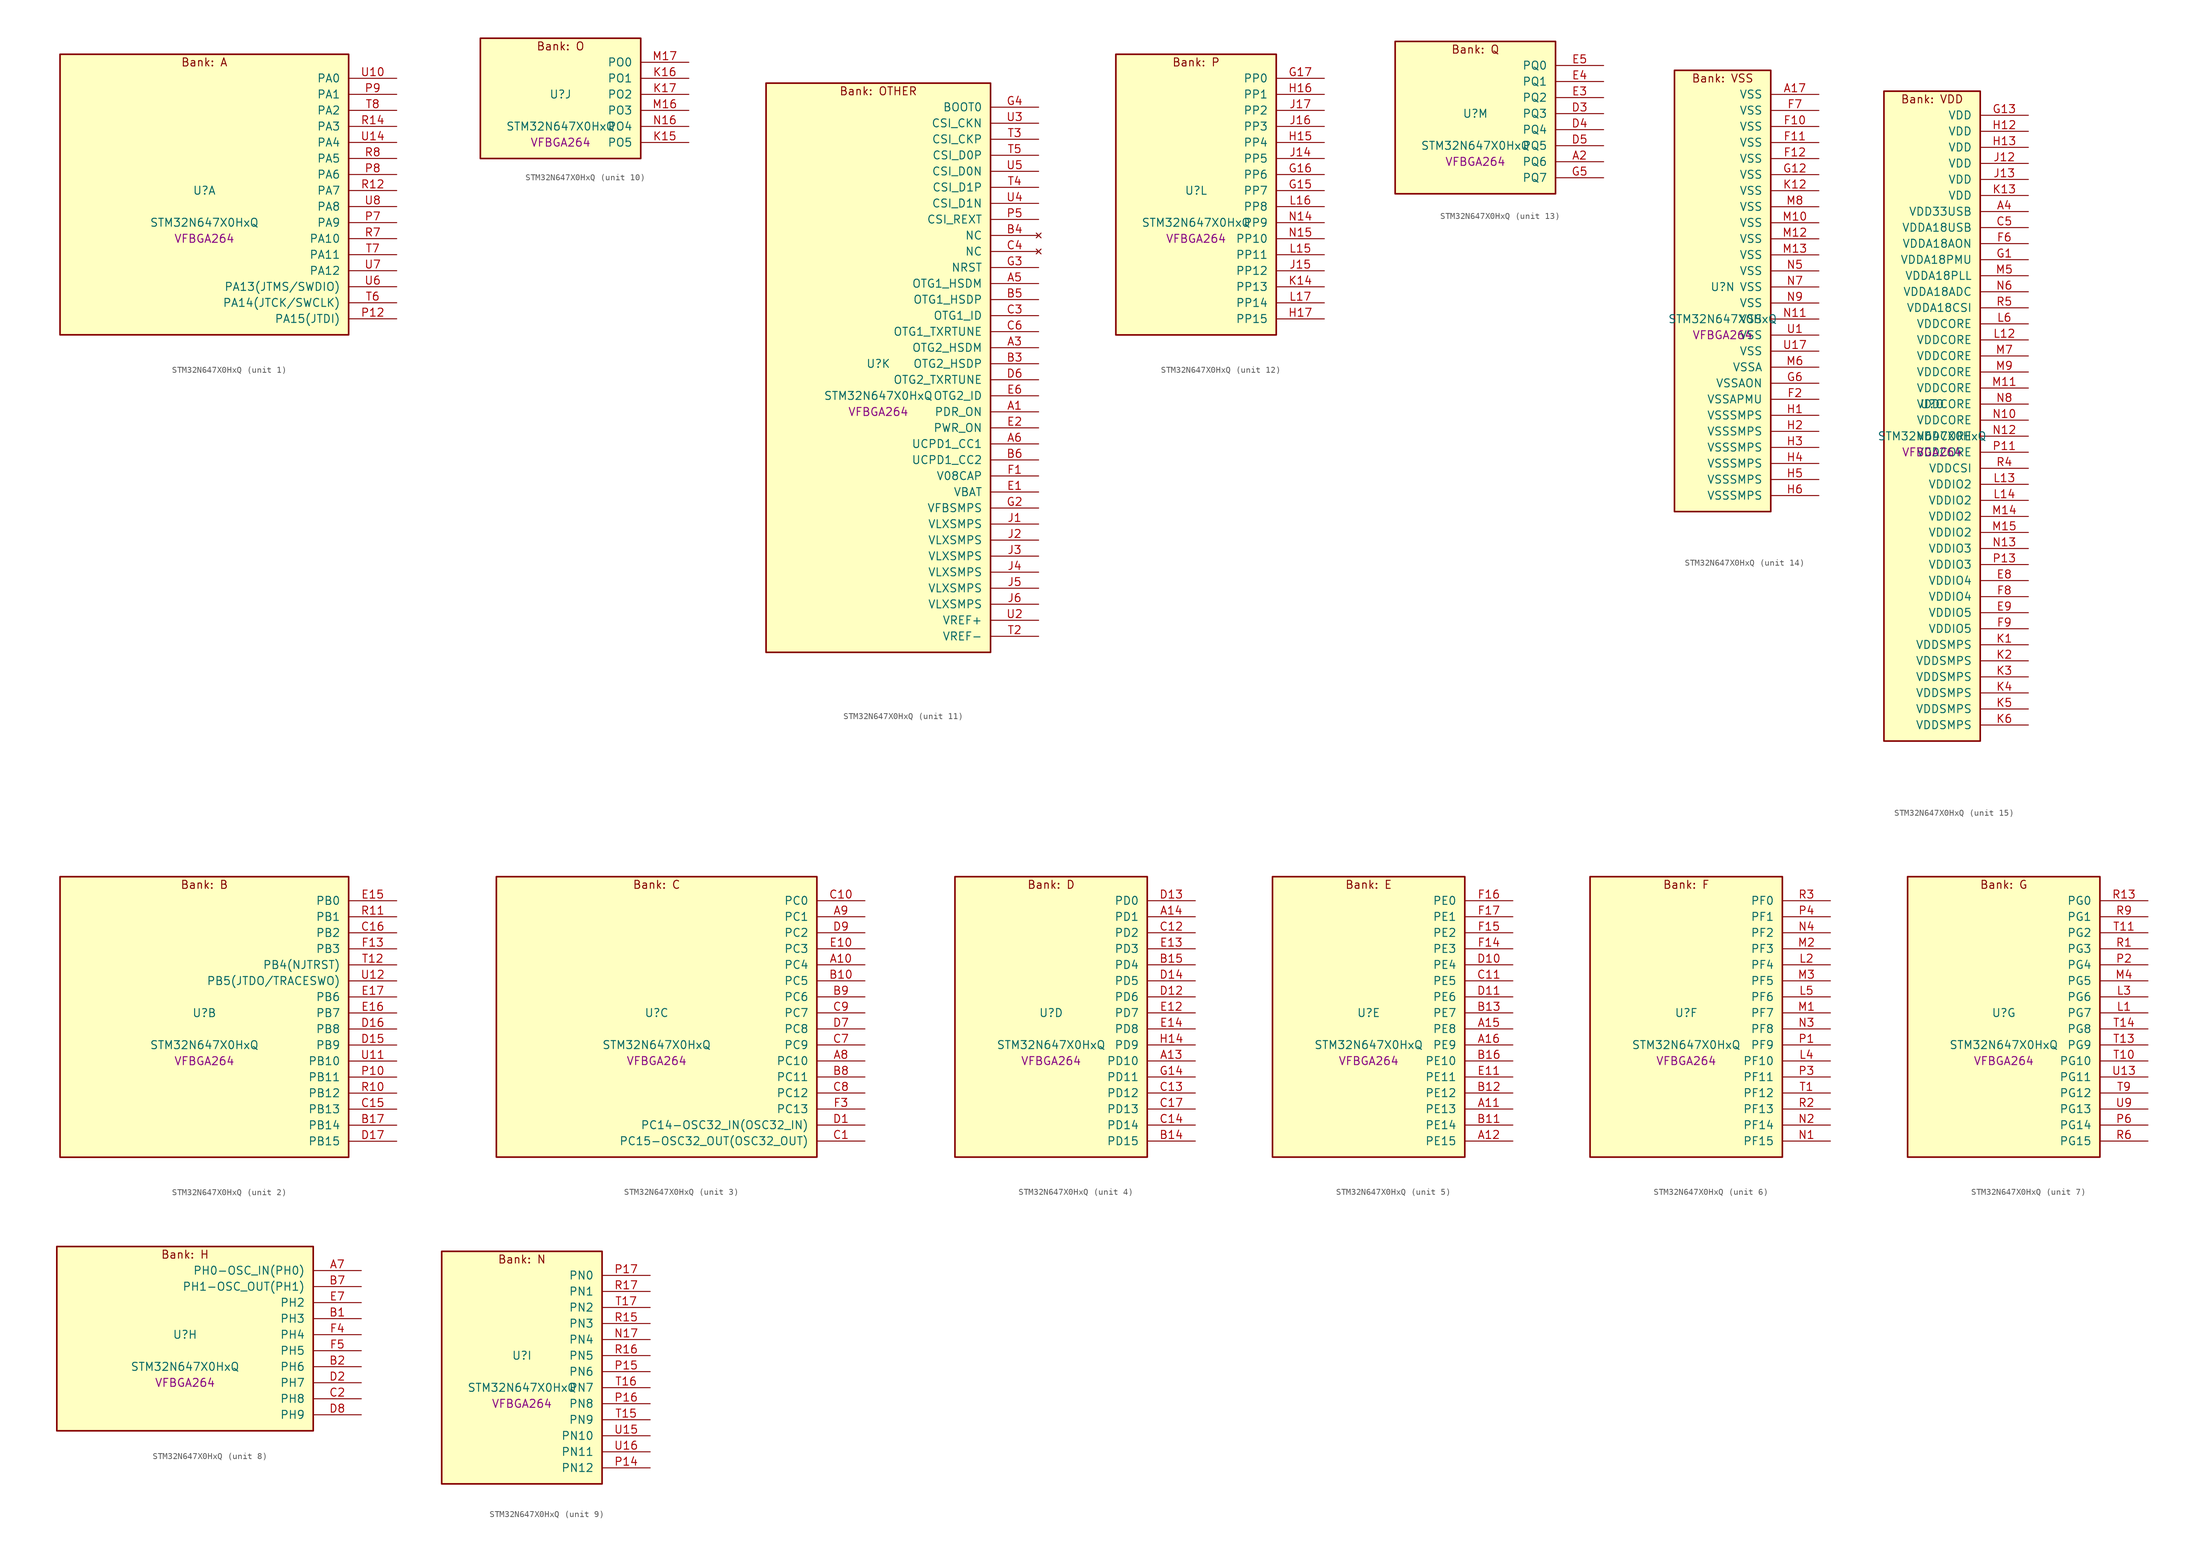
<source format=kicad_sym>
(kicad_symbol_lib
  (version 20241209)
  (generator "stm32_pkl_generator")
  (generator_version "1.0")
  (symbol "STM32N647X0HxQ"
    (pin_names
      (offset 1.27))
    (property "Reference" "U"
      (at 0 2.54 0))
    (property "Value" "STM32N647X0HxQ"
      (at 0 -2.54 0))
    (property "Footprint" "VFBGA264"
      (at 0 -5.08 0))
    (symbol "STM32N647X0HxQ_1_1"
      (rectangle (start -22.86 24.13) (end 22.86 -20.32) (stroke (width 0.254) (type solid)) (fill (type background)))
      (text "Bank: A" (at 0 22.86 0))
      (pin bidirectional line (at 30.48 20.32 180) (length 7.62) (name "PA0") (number "U10") (alternate "PA0/ADC1_INN1" bidirectional line) (alternate "PA0/ADC1_INP0" bidirectional line) (alternate "PA0/ADC2_INN1" bidirectional line) (alternate "PA0/ADC2_INP0" bidirectional line) (alternate "PA0/FMC_D7" bidirectional line) (alternate "PA0/FMC_DA7" bidirectional line) (alternate "PA0/HDP_HDP0" bidirectional line) (alternate "PA0/I2S6_WS" bidirectional line) (alternate "PA0/LTDC_G3" bidirectional line) (alternate "PA0/PWR_WKUP1" bidirectional line) (alternate "PA0/SAI2_SD_B" bidirectional line) (alternate "PA0/SDMMC2_CMD" bidirectional line) (alternate "PA0/SPI6_NSS" bidirectional line) (alternate "PA0/TIM15_BKIN" bidirectional line) (alternate "PA0/TIM2_CH1" bidirectional line) (alternate "PA0/TIM5_CH1" bidirectional line) (alternate "PA0/TIM9_CH1" bidirectional line) (alternate "PA0/UART4_TX" bidirectional line) (alternate "PA0/USART2_CTS" bidirectional line) (alternate "PA0/USART2_NSS" bidirectional line))
      (pin bidirectional line (at 30.48 17.78 180) (length 7.62) (name "PA1") (number "P9") (alternate "PA1/ADC1_INP1" bidirectional line) (alternate "PA1/ADC2_INP1" bidirectional line) (alternate "PA1/DCMIPP_D0" bidirectional line) (alternate "PA1/DCMI_D0" bidirectional line) (alternate "PA1/FMC_D6" bidirectional line) (alternate "PA1/FMC_DA6" bidirectional line) (alternate "PA1/HDP_HDP1" bidirectional line) (alternate "PA1/LPTIM3_IN1" bidirectional line) (alternate "PA1/LTDC_G2" bidirectional line) (alternate "PA1/PSSI_D0" bidirectional line) (alternate "PA1/SAI2_MCLK_B" bidirectional line) (alternate "PA1/TIM15_CH1N" bidirectional line) (alternate "PA1/TIM2_CH2" bidirectional line) (alternate "PA1/TIM5_CH2" bidirectional line) (alternate "PA1/UART4_RX" bidirectional line) (alternate "PA1/USART2_RTS" bidirectional line))
      (pin bidirectional line (at 30.48 15.24 180) (length 7.62) (name "PA2") (number "T8") (alternate "PA2/ADC1_INP14" bidirectional line) (alternate "PA2/ADC2_INP14" bidirectional line) (alternate "PA2/FMC_D5" bidirectional line) (alternate "PA2/FMC_DA5" bidirectional line) (alternate "PA2/HDP_HDP2" bidirectional line) (alternate "PA2/LPTIM3_IN2" bidirectional line) (alternate "PA2/LTDC_B7" bidirectional line) (alternate "PA2/MDIOS_MDIO" bidirectional line) (alternate "PA2/PWR_WKUP2" bidirectional line) (alternate "PA2/SAI2_SCK_B" bidirectional line) (alternate "PA2/TIM15_CH1" bidirectional line) (alternate "PA2/TIM2_CH3" bidirectional line) (alternate "PA2/TIM5_CH3" bidirectional line) (alternate "PA2/USART2_TX" bidirectional line))
      (pin bidirectional line (at 30.48 12.7 180) (length 7.62) (name "PA3") (number "R14") (alternate "PA3/FMC_A17" bidirectional line) (alternate "PA3/FMC_ALE" bidirectional line) (alternate "PA3/SAI1_SD_B" bidirectional line) (alternate "PA3/SPI5_NSS" bidirectional line) (alternate "PA3/TIM16_CH1" bidirectional line) (alternate "PA3/UART7_RX" bidirectional line))
      (pin bidirectional line (at 30.48 10.16 180) (length 7.62) (name "PA4") (number "U14") (alternate "PA4/DCMIPP_D3" bidirectional line) (alternate "PA4/DCMI_D3" bidirectional line) (alternate "PA4/FMC_A13" bidirectional line) (alternate "PA4/PSSI_D3" bidirectional line) (alternate "PA4/SPI5_MOSI" bidirectional line) (alternate "PA4/USART6_RX" bidirectional line))
      (pin bidirectional line (at 30.48 7.62 180) (length 7.62) (name "PA5") (number "R8") (alternate "PA5/ADC2_INP18" bidirectional line) (alternate "PA5/DCMIPP_D8" bidirectional line) (alternate "PA5/DCMI_D8" bidirectional line) (alternate "PA5/FMC_NOE" bidirectional line) (alternate "PA5/HDP_HDP5" bidirectional line) (alternate "PA5/I2S1_CK" bidirectional line) (alternate "PA5/I2S6_CK" bidirectional line) (alternate "PA5/I3C1_SCL" bidirectional line) (alternate "PA5/LTDC_CLK" bidirectional line) (alternate "PA5/PSSI_D8" bidirectional line) (alternate "PA5/PWR_CSTOP" bidirectional line) (alternate "PA5/SPI1_SCK" bidirectional line) (alternate "PA5/SPI6_SCK" bidirectional line) (alternate "PA5/TIM10_CH1" bidirectional line) (alternate "PA5/TIM2_CH1" bidirectional line) (alternate "PA5/TIM2_ETR" bidirectional line) (alternate "PA5/TIM9_CH2" bidirectional line))
      (pin bidirectional line (at 30.48 5.08 180) (length 7.62) (name "PA6") (number "P8") (alternate "PA6/ADC1_INP3" bidirectional line) (alternate "PA6/ADC2_INP3" bidirectional line) (alternate "PA6/BOOT1" bidirectional line) (alternate "PA6/DCMIPP_PIXCLK" bidirectional line) (alternate "PA6/DCMI_PIXCLK" bidirectional line) (alternate "PA6/HDP_HDP6" bidirectional line) (alternate "PA6/I2S1_SDI" bidirectional line) (alternate "PA6/I2S6_SDI" bidirectional line) (alternate "PA6/I3C1_SDA" bidirectional line) (alternate "PA6/LPTIM3_ETR" bidirectional line) (alternate "PA6/LTDC_B7" bidirectional line) (alternate "PA6/LTDC_HSYNC" bidirectional line) (alternate "PA6/MDIOS_MDC" bidirectional line) (alternate "PA6/PSSI_PDCK" bidirectional line) (alternate "PA6/SPI1_MISO" bidirectional line) (alternate "PA6/SPI6_MISO" bidirectional line) (alternate "PA6/TIM13_CH1" bidirectional line) (alternate "PA6/TIM1_BKIN" bidirectional line) (alternate "PA6/TIM3_CH1" bidirectional line))
      (pin bidirectional line (at 30.48 2.54 180) (length 7.62) (name "PA7") (number "R12") (alternate "PA7/HDP_HDP7" bidirectional line) (alternate "PA7/I2S1_SDO" bidirectional line) (alternate "PA7/I2S6_SDO" bidirectional line) (alternate "PA7/LTDC_B1" bidirectional line) (alternate "PA7/LTDC_R4" bidirectional line) (alternate "PA7/SPI1_MOSI" bidirectional line) (alternate "PA7/SPI6_MOSI" bidirectional line) (alternate "PA7/TIM14_CH1" bidirectional line) (alternate "PA7/TIM1_CH1N" bidirectional line) (alternate "PA7/TIM3_CH2" bidirectional line) (alternate "PA7/USART1_RX" bidirectional line))
      (pin bidirectional line (at 30.48 0 180) (length 7.62) (name "PA8") (number "U8") (alternate "PA8/ADC1_INP5" bidirectional line) (alternate "PA8/ADC2_INP5" bidirectional line) (alternate "PA8/FMC_D4" bidirectional line) (alternate "PA8/FMC_DA4" bidirectional line) (alternate "PA8/HDP_HDP0" bidirectional line) (alternate "PA8/I2C3_SCL" bidirectional line) (alternate "PA8/I3C2_SCL" bidirectional line) (alternate "PA8/LTDC_B6" bidirectional line) (alternate "PA8/RCC_MCO_1" bidirectional line) (alternate "PA8/TIM11_CH1" bidirectional line) (alternate "PA8/TIM1_CH1" bidirectional line) (alternate "PA8/UART7_RX" bidirectional line) (alternate "PA8/USART1_CK" bidirectional line))
      (pin bidirectional line (at 30.48 -2.54 180) (length 7.62) (name "PA9") (number "P7") (alternate "PA9/ADC1_INP10" bidirectional line) (alternate "PA9/ADC2_INP10" bidirectional line) (alternate "PA9/DCMIPP_D0" bidirectional line) (alternate "PA9/DCMI_D0" bidirectional line) (alternate "PA9/FMC_D3" bidirectional line) (alternate "PA9/FMC_DA3" bidirectional line) (alternate "PA9/HDP_HDP1" bidirectional line) (alternate "PA9/I2C3_SDA" bidirectional line) (alternate "PA9/I2S2_CK" bidirectional line) (alternate "PA9/I3C2_SDA" bidirectional line) (alternate "PA9/LPUART1_TX" bidirectional line) (alternate "PA9/LTDC_B5" bidirectional line) (alternate "PA9/PSSI_D0" bidirectional line) (alternate "PA9/SPI2_SCK" bidirectional line) (alternate "PA9/TIM1_CH2" bidirectional line) (alternate "PA9/USART1_TX" bidirectional line))
      (pin bidirectional line (at 30.48 -5.08 180) (length 7.62) (name "PA10") (number "R7") (alternate "PA10/ADC1_INN10" bidirectional line) (alternate "PA10/ADC1_INP11" bidirectional line) (alternate "PA10/ADC2_INN10" bidirectional line) (alternate "PA10/ADC2_INP11" bidirectional line) (alternate "PA10/DCMIPP_D1" bidirectional line) (alternate "PA10/DCMI_D1" bidirectional line) (alternate "PA10/FMC_D2" bidirectional line) (alternate "PA10/FMC_DA2" bidirectional line) (alternate "PA10/HDP_HDP2" bidirectional line) (alternate "PA10/LPUART1_RX" bidirectional line) (alternate "PA10/LTDC_B4" bidirectional line) (alternate "PA10/MDIOS_MDIO" bidirectional line) (alternate "PA10/PSSI_D1" bidirectional line) (alternate "PA10/PWR_CSLEEP" bidirectional line) (alternate "PA10/TIM1_CH3" bidirectional line) (alternate "PA10/USART1_RX" bidirectional line))
      (pin bidirectional line (at 30.48 -7.62 180) (length 7.62) (name "PA11") (number "T7") (alternate "PA11/ADC1_EXTI11" bidirectional line) (alternate "PA11/ADC1_INN11" bidirectional line) (alternate "PA11/ADC1_INP12" bidirectional line) (alternate "PA11/ADC2_EXTI11" bidirectional line) (alternate "PA11/ADC2_INN11" bidirectional line) (alternate "PA11/ADC2_INP12" bidirectional line) (alternate "PA11/FDCAN1_RX" bidirectional line) (alternate "PA11/FMC_D1" bidirectional line) (alternate "PA11/FMC_DA1" bidirectional line) (alternate "PA11/HDP_HDP3" bidirectional line) (alternate "PA11/I2S2_WS" bidirectional line) (alternate "PA11/LPUART1_CTS" bidirectional line) (alternate "PA11/LTDC_B3" bidirectional line) (alternate "PA11/SPI2_NSS" bidirectional line) (alternate "PA11/TIM1_CH4" bidirectional line) (alternate "PA11/UART4_RX" bidirectional line) (alternate "PA11/USART1_CTS" bidirectional line) (alternate "PA11/USART1_NSS" bidirectional line))
      (pin bidirectional line (at 30.48 -10.16 180) (length 7.62) (name "PA12") (number "U7") (alternate "PA12/ADC1_INN12" bidirectional line) (alternate "PA12/ADC1_INP13" bidirectional line) (alternate "PA12/ADC2_INN12" bidirectional line) (alternate "PA12/ADC2_INP13" bidirectional line) (alternate "PA12/FDCAN1_TX" bidirectional line) (alternate "PA12/FMC_D0" bidirectional line) (alternate "PA12/FMC_DA0" bidirectional line) (alternate "PA12/HDP_HDP4" bidirectional line) (alternate "PA12/I2S2_CK" bidirectional line) (alternate "PA12/LPUART1_RTS" bidirectional line) (alternate "PA12/LTDC_B2" bidirectional line) (alternate "PA12/SAI2_FS_B" bidirectional line) (alternate "PA12/SPI2_SCK" bidirectional line) (alternate "PA12/TIM1_ETR" bidirectional line) (alternate "PA12/UART4_TX" bidirectional line) (alternate "PA12/USART1_RTS" bidirectional line))
      (pin bidirectional line (at 30.48 -12.7 180) (length 7.62) (name "PA13(JTMS/SWDIO)") (number "U6") (alternate "PA13(JTMS/SWDIO)/DEBUG_JTMS-SWDIO" bidirectional line) (alternate "PA13(JTMS/SWDIO)/HDP_HDP5" bidirectional line))
      (pin bidirectional line (at 30.48 -15.24 180) (length 7.62) (name "PA14(JTCK/SWCLK)") (number "T6") (alternate "PA14(JTCK/SWCLK)/DEBUG_JTCK-SWCLK" bidirectional line) (alternate "PA14(JTCK/SWCLK)/HDP_HDP6" bidirectional line))
      (pin bidirectional line (at 30.48 -17.78 180) (length 7.62) (name "PA15(JTDI)") (number "P12") (alternate "PA15(JTDI)/ADC1_EXTI15" bidirectional line) (alternate "PA15(JTDI)/ADC2_EXTI15" bidirectional line) (alternate "PA15(JTDI)/DEBUG_JTDI" bidirectional line) (alternate "PA15(JTDI)/FMC_D15" bidirectional line) (alternate "PA15(JTDI)/FMC_DA15" bidirectional line) (alternate "PA15(JTDI)/HDP_HDP7" bidirectional line) (alternate "PA15(JTDI)/I2S1_WS" bidirectional line) (alternate "PA15(JTDI)/I2S3_WS" bidirectional line) (alternate "PA15(JTDI)/I2S6_WS" bidirectional line) (alternate "PA15(JTDI)/LTDC_R5" bidirectional line) (alternate "PA15(JTDI)/SPI1_NSS" bidirectional line) (alternate "PA15(JTDI)/SPI3_NSS" bidirectional line) (alternate "PA15(JTDI)/SPI6_NSS" bidirectional line) (alternate "PA15(JTDI)/TIM2_CH1" bidirectional line) (alternate "PA15(JTDI)/TIM2_ETR" bidirectional line) (alternate "PA15(JTDI)/UART4_DE" bidirectional line) (alternate "PA15(JTDI)/UART4_RTS" bidirectional line) (alternate "PA15(JTDI)/UART7_TX" bidirectional line)))
    (symbol "STM32N647X0HxQ_2_1"
      (rectangle (start -22.86 24.13) (end 22.86 -20.32) (stroke (width 0.254) (type solid)) (fill (type background)))
      (text "Bank: B" (at 0 22.86 0))
      (pin bidirectional line (at 30.48 20.32 180) (length 7.62) (name "PB0") (number "E15") (alternate "PB0/ADF1_SDI0" bidirectional line) (alternate "PB0/DCMIPP_D4" bidirectional line) (alternate "PB0/DCMI_D4" bidirectional line) (alternate "PB0/DEBUG_TRACED1" bidirectional line) (alternate "PB0/FMC_D13" bidirectional line) (alternate "PB0/FMC_DA13" bidirectional line) (alternate "PB0/MDF1_SDI2" bidirectional line) (alternate "PB0/PSSI_D4" bidirectional line) (alternate "PB0/SAI1_D2" bidirectional line) (alternate "PB0/SAI1_FS_A" bidirectional line) (alternate "PB0/SPI4_NSS" bidirectional line) (alternate "PB0/TIM15_CH1N" bidirectional line) (alternate "PB0/TIM1_CH4" bidirectional line))
      (pin bidirectional line (at 30.48 17.78 180) (length 7.62) (name "PB1") (number "R11") (alternate "PB1/FDCAN2_TX" bidirectional line) (alternate "PB1/FMC_NOE" bidirectional line) (alternate "PB1/HDP_HDP1" bidirectional line) (alternate "PB1/LTDC_R1" bidirectional line) (alternate "PB1/TIM1_CH3N" bidirectional line) (alternate "PB1/TIM3_CH4" bidirectional line) (alternate "PB1/TIM9_CH2" bidirectional line) (alternate "PB1/USART2_TX" bidirectional line))
      (pin bidirectional line (at 30.48 15.24 180) (length 7.62) (name "PB2") (number "C16") (alternate "PB2/ADF1_SDI0" bidirectional line) (alternate "PB2/FMC_D2" bidirectional line) (alternate "PB2/FMC_DA2" bidirectional line) (alternate "PB2/HDP_HDP2" bidirectional line) (alternate "PB2/I2S3_SDO" bidirectional line) (alternate "PB2/LTDC_B2" bidirectional line) (alternate "PB2/MDF1_SDI1" bidirectional line) (alternate "PB2/RTC_OUT2" bidirectional line) (alternate "PB2/SAI1_D1" bidirectional line) (alternate "PB2/SAI1_SD_A" bidirectional line) (alternate "PB2/SPI3_MOSI" bidirectional line) (alternate "PB2/TIM1_CH1" bidirectional line))
      (pin bidirectional line (at 30.48 12.7 180) (length 7.62) (name "PB3") (number "F13") (alternate "PB3/DEBUG_JTDO-SWO" bidirectional line) (alternate "PB3/DEBUG_TRACECLK" bidirectional line) (alternate "PB3/FMC_A23" bidirectional line) (alternate "PB3/FMC_NBL1" bidirectional line) (alternate "PB3/GFXTIM_FCKCAL" bidirectional line) (alternate "PB3/GFXTIM_LCKCAL" bidirectional line) (alternate "PB3/HDP_HDP0" bidirectional line) (alternate "PB3/MDF1_CKI1" bidirectional line) (alternate "PB3/SAI2_FS_B" bidirectional line) (alternate "PB3/TIM1_CH4N" bidirectional line) (alternate "PB3/USART1_CK" bidirectional line))
      (pin bidirectional line (at 30.48 10.16 180) (length 7.62) (name "PB4(NJTRST)") (number "T12") (alternate "PB4(NJTRST)/DCMIPP_VSYNC" bidirectional line) (alternate "PB4(NJTRST)/DCMI_VSYNC" bidirectional line) (alternate "PB4(NJTRST)/DEBUG_NJTRST" bidirectional line) (alternate "PB4(NJTRST)/FMC_D13" bidirectional line) (alternate "PB4(NJTRST)/FMC_DA13" bidirectional line) (alternate "PB4(NJTRST)/HDP_HDP4" bidirectional line) (alternate "PB4(NJTRST)/I2S1_SDI" bidirectional line) (alternate "PB4(NJTRST)/I2S2_WS" bidirectional line) (alternate "PB4(NJTRST)/I2S3_SDI" bidirectional line) (alternate "PB4(NJTRST)/I2S6_SDI" bidirectional line) (alternate "PB4(NJTRST)/LPTIM4_ETR" bidirectional line) (alternate "PB4(NJTRST)/LTDC_R3" bidirectional line) (alternate "PB4(NJTRST)/PSSI_RDY" bidirectional line) (alternate "PB4(NJTRST)/SDMMC2_D3" bidirectional line) (alternate "PB4(NJTRST)/SPI1_MISO" bidirectional line) (alternate "PB4(NJTRST)/SPI2_NSS" bidirectional line) (alternate "PB4(NJTRST)/SPI3_MISO" bidirectional line) (alternate "PB4(NJTRST)/SPI6_MISO" bidirectional line) (alternate "PB4(NJTRST)/TIM16_BKIN" bidirectional line) (alternate "PB4(NJTRST)/TIM3_CH1" bidirectional line) (alternate "PB4(NJTRST)/UART7_TX" bidirectional line))
      (pin bidirectional line (at 30.48 7.62 180) (length 7.62) (name "PB5(JTDO/TRACESWO)") (number "U12") (alternate "PB5(JTDO/TRACESWO)/DCMIPP_D10" bidirectional line) (alternate "PB5(JTDO/TRACESWO)/DCMI_D10" bidirectional line) (alternate "PB5(JTDO/TRACESWO)/DEBUG_JTDO-SWO" bidirectional line) (alternate "PB5(JTDO/TRACESWO)/FDCAN2_RX" bidirectional line) (alternate "PB5(JTDO/TRACESWO)/FMC_D12" bidirectional line) (alternate "PB5(JTDO/TRACESWO)/FMC_DA12" bidirectional line) (alternate "PB5(JTDO/TRACESWO)/HDP_HDP5" bidirectional line) (alternate "PB5(JTDO/TRACESWO)/I2C1_SMBA" bidirectional line) (alternate "PB5(JTDO/TRACESWO)/I2S1_SDO" bidirectional line) (alternate "PB5(JTDO/TRACESWO)/I2S3_SDO" bidirectional line) (alternate "PB5(JTDO/TRACESWO)/I2S6_SDO" bidirectional line) (alternate "PB5(JTDO/TRACESWO)/LPTIM4_OUT" bidirectional line) (alternate "PB5(JTDO/TRACESWO)/LTDC_R2" bidirectional line) (alternate "PB5(JTDO/TRACESWO)/PSSI_D10" bidirectional line) (alternate "PB5(JTDO/TRACESWO)/SPI1_MOSI" bidirectional line) (alternate "PB5(JTDO/TRACESWO)/SPI3_MOSI" bidirectional line) (alternate "PB5(JTDO/TRACESWO)/SPI6_MOSI" bidirectional line) (alternate "PB5(JTDO/TRACESWO)/TIM17_BKIN" bidirectional line) (alternate "PB5(JTDO/TRACESWO)/TIM3_CH2" bidirectional line) (alternate "PB5(JTDO/TRACESWO)/UART5_RX" bidirectional line))
      (pin bidirectional line (at 30.48 5.08 180) (length 7.62) (name "PB6") (number "E17") (alternate "PB6/ADF1_CCK1" bidirectional line) (alternate "PB6/DCMIPP_D6" bidirectional line) (alternate "PB6/DCMI_D6" bidirectional line) (alternate "PB6/DEBUG_TRACED2" bidirectional line) (alternate "PB6/FMC_D14" bidirectional line) (alternate "PB6/FMC_DA14" bidirectional line) (alternate "PB6/MDF1_CCK1" bidirectional line) (alternate "PB6/PSSI_D6" bidirectional line) (alternate "PB6/SAI1_CK2" bidirectional line) (alternate "PB6/SAI1_SCK_A" bidirectional line) (alternate "PB6/SPI4_MISO" bidirectional line) (alternate "PB6/TIM15_CH1" bidirectional line))
      (pin bidirectional line (at 30.48 2.54 180) (length 7.62) (name "PB7") (number "E16") (alternate "PB7/ADF1_SDI0" bidirectional line) (alternate "PB7/DCMIPP_D7" bidirectional line) (alternate "PB7/DCMI_D7" bidirectional line) (alternate "PB7/DEBUG_TRACED3" bidirectional line) (alternate "PB7/FMC_D15" bidirectional line) (alternate "PB7/FMC_DA15" bidirectional line) (alternate "PB7/MDF1_SDI1" bidirectional line) (alternate "PB7/PSSI_D7" bidirectional line) (alternate "PB7/SAI1_D1" bidirectional line) (alternate "PB7/SAI1_SD_A" bidirectional line) (alternate "PB7/SAI2_MCLK_B" bidirectional line) (alternate "PB7/SPI4_MOSI" bidirectional line) (alternate "PB7/TIM15_CH2" bidirectional line) (alternate "PB7/TIM1_BKIN2" bidirectional line))
      (pin bidirectional line (at 30.48 0 180) (length 7.62) (name "PB8") (number "D16") (alternate "PB8/DCMIPP_VSYNC" bidirectional line) (alternate "PB8/DCMI_VSYNC" bidirectional line) (alternate "PB8/FMC_D1" bidirectional line) (alternate "PB8/FMC_DA1" bidirectional line) (alternate "PB8/I2S1_SDI" bidirectional line) (alternate "PB8/PSSI_RDY" bidirectional line) (alternate "PB8/SAI2_FS_B" bidirectional line) (alternate "PB8/SDMMC2_D0" bidirectional line) (alternate "PB8/SPDIFRX1_IN3" bidirectional line) (alternate "PB8/SPI1_MISO" bidirectional line) (alternate "PB8/USART6_RX" bidirectional line))
      (pin bidirectional line (at 30.48 -2.54 180) (length 7.62) (name "PB9") (number "D15") (alternate "PB9/DCMIPP_D3" bidirectional line) (alternate "PB9/DCMI_D3" bidirectional line) (alternate "PB9/FMC_D3" bidirectional line) (alternate "PB9/FMC_DA3" bidirectional line) (alternate "PB9/I2S1_CK" bidirectional line) (alternate "PB9/LPTIM1_IN2" bidirectional line) (alternate "PB9/PSSI_D3" bidirectional line) (alternate "PB9/SDMMC2_D2" bidirectional line) (alternate "PB9/SPDIFRX1_IN0" bidirectional line) (alternate "PB9/SPI1_SCK" bidirectional line) (alternate "PB9/USART10_TX" bidirectional line))
      (pin bidirectional line (at 30.48 -5.08 180) (length 7.62) (name "PB10") (number "U11") (alternate "PB10/ADC1_INN4" bidirectional line) (alternate "PB10/ADC1_INP8" bidirectional line) (alternate "PB10/ADC2_INN4" bidirectional line) (alternate "PB10/ADC2_INP8" bidirectional line) (alternate "PB10/FMC_D11" bidirectional line) (alternate "PB10/FMC_DA11" bidirectional line) (alternate "PB10/HDP_HDP2" bidirectional line) (alternate "PB10/I2C2_SCL" bidirectional line) (alternate "PB10/I2S2_CK" bidirectional line) (alternate "PB10/I3C2_SCL" bidirectional line) (alternate "PB10/LPTIM2_IN1" bidirectional line) (alternate "PB10/LTDC_G7" bidirectional line) (alternate "PB10/SPI2_SCK" bidirectional line) (alternate "PB10/TIM2_CH3" bidirectional line) (alternate "PB10/USART3_TX" bidirectional line))
      (pin bidirectional line (at 30.48 -7.62 180) (length 7.62) (name "PB11") (number "P10") (alternate "PB11/ADC1_EXTI11" bidirectional line) (alternate "PB11/ADC1_INP4" bidirectional line) (alternate "PB11/ADC2_EXTI11" bidirectional line) (alternate "PB11/ADC2_INP4" bidirectional line) (alternate "PB11/FMC_D10" bidirectional line) (alternate "PB11/FMC_DA10" bidirectional line) (alternate "PB11/HDP_HDP3" bidirectional line) (alternate "PB11/I2C2_SDA" bidirectional line) (alternate "PB11/I3C2_SDA" bidirectional line) (alternate "PB11/LPTIM2_ETR" bidirectional line) (alternate "PB11/LTDC_G6" bidirectional line) (alternate "PB11/TIM2_CH4" bidirectional line) (alternate "PB11/USART3_RX" bidirectional line))
      (pin bidirectional line (at 30.48 -10.16 180) (length 7.62) (name "PB12") (number "R10") (alternate "PB12/FDCAN2_RX" bidirectional line) (alternate "PB12/FMC_D9" bidirectional line) (alternate "PB12/FMC_DA9" bidirectional line) (alternate "PB12/HDP_HDP4" bidirectional line) (alternate "PB12/I2C2_SMBA" bidirectional line) (alternate "PB12/I2S2_WS" bidirectional line) (alternate "PB12/LPTIM2_IN2" bidirectional line) (alternate "PB12/LTDC_G5" bidirectional line) (alternate "PB12/SPI2_NSS" bidirectional line) (alternate "PB12/TIM1_BKIN" bidirectional line) (alternate "PB12/UART5_RX" bidirectional line) (alternate "PB12/USART3_CK" bidirectional line))
      (pin bidirectional line (at 30.48 -12.7 180) (length 7.62) (name "PB13") (number "C15") (alternate "PB13/DEBUG_TRACED0" bidirectional line) (alternate "PB13/FMC_D5" bidirectional line) (alternate "PB13/FMC_DA5" bidirectional line) (alternate "PB13/I2S6_CK" bidirectional line) (alternate "PB13/LPTIM1_CH1" bidirectional line) (alternate "PB13/LTDC_CLK" bidirectional line) (alternate "PB13/SDMMC2_D6" bidirectional line) (alternate "PB13/SPI6_SCK" bidirectional line) (alternate "PB13/TIM8_CH3N" bidirectional line) (alternate "PB13/USART10_CTS" bidirectional line) (alternate "PB13/USART10_NSS" bidirectional line) (alternate "PB13/USART6_CTS" bidirectional line) (alternate "PB13/USART6_NSS" bidirectional line))
      (pin bidirectional line (at 30.48 -15.24 180) (length 7.62) (name "PB14") (number "B17") (alternate "PB14/DCMIPP_D10" bidirectional line) (alternate "PB14/DCMI_D10" bidirectional line) (alternate "PB14/FMC_D7" bidirectional line) (alternate "PB14/FMC_DA7" bidirectional line) (alternate "PB14/LPTIM1_CH2" bidirectional line) (alternate "PB14/LTDC_HSYNC" bidirectional line) (alternate "PB14/PSSI_D10" bidirectional line) (alternate "PB14/TIM8_CH4N" bidirectional line) (alternate "PB14/USART10_CK" bidirectional line) (alternate "PB14/USART6_CTS" bidirectional line) (alternate "PB14/USART6_NSS" bidirectional line))
      (pin bidirectional line (at 30.48 -17.78 180) (length 7.62) (name "PB15") (number "D17") (alternate "PB15/ADC1_EXTI15" bidirectional line) (alternate "PB15/ADC2_EXTI15" bidirectional line) (alternate "PB15/FMC_D0" bidirectional line) (alternate "PB15/FMC_DA0" bidirectional line) (alternate "PB15/I2S6_WS" bidirectional line) (alternate "PB15/LTDC_G4" bidirectional line) (alternate "PB15/SPDIFRX1_IN2" bidirectional line) (alternate "PB15/SPI6_NSS" bidirectional line) (alternate "PB15/USART6_RTS" bidirectional line)))
    (symbol "STM32N647X0HxQ_3_1"
      (rectangle (start -25.4 24.13) (end 25.4 -20.32) (stroke (width 0.254) (type solid)) (fill (type background)))
      (text "Bank: C" (at 0 22.86 0))
      (pin bidirectional line (at 33.02 20.32 180) (length 7.62) (name "PC0") (number "C10") (alternate "PC0/DCMIPP_HSYNC" bidirectional line) (alternate "PC0/DCMI_HSYNC" bidirectional line) (alternate "PC0/FMC_D14" bidirectional line) (alternate "PC0/FMC_DA14" bidirectional line) (alternate "PC0/HDP_HDP3" bidirectional line) (alternate "PC0/I2S1_CK" bidirectional line) (alternate "PC0/I2S3_CK" bidirectional line) (alternate "PC0/I2S6_CK" bidirectional line) (alternate "PC0/LPTIM4_IN1" bidirectional line) (alternate "PC0/LTDC_R4" bidirectional line) (alternate "PC0/MDF1_CKI1" bidirectional line) (alternate "PC0/PSSI_DE" bidirectional line) (alternate "PC0/SDMMC2_D2" bidirectional line) (alternate "PC0/SPI1_SCK" bidirectional line) (alternate "PC0/SPI3_SCK" bidirectional line) (alternate "PC0/SPI6_SCK" bidirectional line) (alternate "PC0/TIM2_CH2" bidirectional line) (alternate "PC0/UART7_RX" bidirectional line))
      (pin bidirectional line (at 33.02 17.78 180) (length 7.62) (name "PC1") (number "A9") (alternate "PC1/DCMIPP_D7" bidirectional line) (alternate "PC1/DCMI_D7" bidirectional line) (alternate "PC1/FDCAN1_TX" bidirectional line) (alternate "PC1/HDP_HDP1" bidirectional line) (alternate "PC1/I2C1_SDA" bidirectional line) (alternate "PC1/I2S2_WS" bidirectional line) (alternate "PC1/I3C1_SDA" bidirectional line) (alternate "PC1/PSSI_D7" bidirectional line) (alternate "PC1/SDMMC1_CDIR" bidirectional line) (alternate "PC1/SDMMC1_D5" bidirectional line) (alternate "PC1/SDMMC2_D5" bidirectional line) (alternate "PC1/SPI2_NSS" bidirectional line) (alternate "PC1/TIM17_CH1" bidirectional line) (alternate "PC1/TIM4_CH4" bidirectional line) (alternate "PC1/UART4_TX" bidirectional line))
      (pin bidirectional line (at 33.02 15.24 180) (length 7.62) (name "PC2") (number "D9") (alternate "PC2/ADF1_SDI0" bidirectional line) (alternate "PC2/DCMIPP_D13" bidirectional line) (alternate "PC2/DCMI_D13" bidirectional line) (alternate "PC2/FMC_NE3" bidirectional line) (alternate "PC2/I2S3_SDO" bidirectional line) (alternate "PC2/MDF1_SDI1" bidirectional line) (alternate "PC2/PSSI_D13" bidirectional line) (alternate "PC2/SAI1_D1" bidirectional line) (alternate "PC2/SAI1_SCK_A" bidirectional line) (alternate "PC2/SDMMC2_CK" bidirectional line) (alternate "PC2/SPI3_MOSI" bidirectional line) (alternate "PC2/USART2_RX" bidirectional line))
      (pin bidirectional line (at 33.02 12.7 180) (length 7.62) (name "PC3") (number "E10") (alternate "PC3/DCMIPP_D2" bidirectional line) (alternate "PC3/DCMI_D2" bidirectional line) (alternate "PC3/FMC_D8" bidirectional line) (alternate "PC3/FMC_DA8" bidirectional line) (alternate "PC3/I2S1_SDO" bidirectional line) (alternate "PC3/PSSI_D2" bidirectional line) (alternate "PC3/SDMMC2_CMD" bidirectional line) (alternate "PC3/SPDIFRX1_IN0" bidirectional line) (alternate "PC3/SPI1_MOSI" bidirectional line) (alternate "PC3/USART2_CK" bidirectional line))
      (pin bidirectional line (at 33.02 10.16 180) (length 7.62) (name "PC4") (number "A10") (alternate "PC4/FMC_NE1" bidirectional line) (alternate "PC4/HDP_HDP6" bidirectional line) (alternate "PC4/I2S2_SDI" bidirectional line) (alternate "PC4/LPTIM2_CH2" bidirectional line) (alternate "PC4/LTDC_DE" bidirectional line) (alternate "PC4/LTDC_VSYNC" bidirectional line) (alternate "PC4/SDMMC2_D0" bidirectional line) (alternate "PC4/SPI2_MISO" bidirectional line) (alternate "PC4/TIM12_CH1" bidirectional line) (alternate "PC4/TIM1_CH2N" bidirectional line) (alternate "PC4/UART4_DE" bidirectional line) (alternate "PC4/UART4_RTS" bidirectional line) (alternate "PC4/USART1_TX" bidirectional line) (alternate "PC4/USART3_RTS" bidirectional line))
      (pin bidirectional line (at 33.02 7.62 180) (length 7.62) (name "PC5") (number "B10") (alternate "PC5/DCMIPP_D2" bidirectional line) (alternate "PC5/DCMI_D2" bidirectional line) (alternate "PC5/FMC_NWE" bidirectional line) (alternate "PC5/I2S1_WS" bidirectional line) (alternate "PC5/PSSI_D2" bidirectional line) (alternate "PC5/SAI2_SD_B" bidirectional line) (alternate "PC5/SDMMC2_D1" bidirectional line) (alternate "PC5/SPI1_NSS" bidirectional line))
      (pin bidirectional line (at 33.02 5.08 180) (length 7.62) (name "PC6") (number "B9") (alternate "PC6/DCMIPP_D1" bidirectional line) (alternate "PC6/DCMI_D1" bidirectional line) (alternate "PC6/HDP_HDP6" bidirectional line) (alternate "PC6/I2S2_MCK" bidirectional line) (alternate "PC6/PSSI_D1" bidirectional line) (alternate "PC6/SDMMC1_D0DIR" bidirectional line) (alternate "PC6/SDMMC1_D6" bidirectional line) (alternate "PC6/SDMMC2_D6" bidirectional line) (alternate "PC6/TIM1_CH1" bidirectional line) (alternate "PC6/TIM3_CH1" bidirectional line) (alternate "PC6/TIM9_CH1" bidirectional line) (alternate "PC6/USART6_TX" bidirectional line))
      (pin bidirectional line (at 33.02 2.54 180) (length 7.62) (name "PC7") (number "C9") (alternate "PC7/DCMIPP_D1" bidirectional line) (alternate "PC7/DCMI_D1" bidirectional line) (alternate "PC7/DEBUG_TRGIO" bidirectional line) (alternate "PC7/HDP_HDP7" bidirectional line) (alternate "PC7/I2S3_MCK" bidirectional line) (alternate "PC7/PSSI_D1" bidirectional line) (alternate "PC7/SDMMC1_D123DIR" bidirectional line) (alternate "PC7/SDMMC1_D7" bidirectional line) (alternate "PC7/SDMMC2_D7" bidirectional line) (alternate "PC7/TIM16_CH1N" bidirectional line) (alternate "PC7/TIM3_CH2" bidirectional line) (alternate "PC7/TIM9_CH2" bidirectional line) (alternate "PC7/USART6_RX" bidirectional line))
      (pin bidirectional line (at 33.02 0 180) (length 7.62) (name "PC8") (number "D7") (alternate "PC8/DCMIPP_D2" bidirectional line) (alternate "PC8/DCMI_D2" bidirectional line) (alternate "PC8/DEBUG_TRACED1" bidirectional line) (alternate "PC8/FMC_NE4" bidirectional line) (alternate "PC8/HDP_HDP0" bidirectional line) (alternate "PC8/I2C3_SMBA" bidirectional line) (alternate "PC8/LTDC_B0" bidirectional line) (alternate "PC8/PSSI_D2" bidirectional line) (alternate "PC8/SDMMC1_D0" bidirectional line) (alternate "PC8/TIM3_CH3" bidirectional line) (alternate "PC8/UART5_DE" bidirectional line) (alternate "PC8/UART5_RTS" bidirectional line) (alternate "PC8/UCPD1_FRSTX1" bidirectional line) (alternate "PC8/USART6_CK" bidirectional line))
      (pin bidirectional line (at 33.02 -2.54 180) (length 7.62) (name "PC9") (number "C7") (alternate "PC9/AUDIOCLK" bidirectional line) (alternate "PC9/DCMIPP_D3" bidirectional line) (alternate "PC9/DCMI_D3" bidirectional line) (alternate "PC9/HDP_HDP1" bidirectional line) (alternate "PC9/I2C3_SDA" bidirectional line) (alternate "PC9/LTDC_B3" bidirectional line) (alternate "PC9/PSSI_D3" bidirectional line) (alternate "PC9/RCC_MCO_2" bidirectional line) (alternate "PC9/SDMMC1_D1" bidirectional line) (alternate "PC9/TIM3_CH4" bidirectional line) (alternate "PC9/UART5_CTS" bidirectional line) (alternate "PC9/UCPD1_FRSTX2" bidirectional line) (alternate "PC9/USART6_RX" bidirectional line))
      (pin bidirectional line (at 33.02 -5.08 180) (length 7.62) (name "PC10") (number "A8") (alternate "PC10/DCMIPP_D14" bidirectional line) (alternate "PC10/FMC_CLK" bidirectional line) (alternate "PC10/HDP_HDP2" bidirectional line) (alternate "PC10/I2C4_SCL" bidirectional line) (alternate "PC10/I2S3_CK" bidirectional line) (alternate "PC10/I3C2_SCL" bidirectional line) (alternate "PC10/PSSI_D14" bidirectional line) (alternate "PC10/SDMMC1_D2" bidirectional line) (alternate "PC10/SPI3_SCK" bidirectional line) (alternate "PC10/TIM1_BKIN" bidirectional line) (alternate "PC10/UART4_TX" bidirectional line) (alternate "PC10/USART3_TX" bidirectional line))
      (pin bidirectional line (at 33.02 -7.62 180) (length 7.62) (name "PC11") (number "B8") (alternate "PC11/ADC1_EXTI11" bidirectional line) (alternate "PC11/ADC2_EXTI11" bidirectional line) (alternate "PC11/DCMIPP_D4" bidirectional line) (alternate "PC11/DCMI_D4" bidirectional line) (alternate "PC11/HDP_HDP3" bidirectional line) (alternate "PC11/I2C4_SDA" bidirectional line) (alternate "PC11/I2S3_SDI" bidirectional line) (alternate "PC11/I3C2_SDA" bidirectional line) (alternate "PC11/PSSI_D4" bidirectional line) (alternate "PC11/SDMMC1_D3" bidirectional line) (alternate "PC11/SPI3_MISO" bidirectional line) (alternate "PC11/UART4_RX" bidirectional line) (alternate "PC11/USART3_RX" bidirectional line))
      (pin bidirectional line (at 33.02 -10.16 180) (length 7.62) (name "PC12") (number "C8") (alternate "PC12/DCMIPP_D9" bidirectional line) (alternate "PC12/DCMI_D9" bidirectional line) (alternate "PC12/DEBUG_TRACED3" bidirectional line) (alternate "PC12/FMC_NL" bidirectional line) (alternate "PC12/HDP_HDP4" bidirectional line) (alternate "PC12/I2S3_SDO" bidirectional line) (alternate "PC12/I2S6_CK" bidirectional line) (alternate "PC12/PSSI_D9" bidirectional line) (alternate "PC12/SDMMC1_CK" bidirectional line) (alternate "PC12/SPI3_MOSI" bidirectional line) (alternate "PC12/SPI6_SCK" bidirectional line) (alternate "PC12/TIM15_CH1" bidirectional line) (alternate "PC12/TIM1_CH4" bidirectional line) (alternate "PC12/UART5_TX" bidirectional line) (alternate "PC12/USART3_CK" bidirectional line))
      (pin bidirectional line (at 33.02 -12.7 180) (length 7.62) (name "PC13") (number "F3") (alternate "PC13/HDP_HDP5" bidirectional line) (alternate "PC13/PWR_WKUP3" bidirectional line) (alternate "PC13/RTC_OUT1" bidirectional line) (alternate "PC13/RTC_TS" bidirectional line) (alternate "PC13/TAMP_IN1" bidirectional line) (alternate "PC13/TAMP_OUT2" bidirectional line))
      (pin bidirectional line (at 33.02 -15.24 180) (length 7.62) (name "PC14-OSC32_IN(OSC32_IN)") (number "D1") (alternate "PC14-OSC32_IN(OSC32_IN)/RCC_OSC32_IN" bidirectional line))
      (pin bidirectional line (at 33.02 -17.78 180) (length 7.62) (name "PC15-OSC32_OUT(OSC32_OUT)") (number "C1") (alternate "PC15-OSC32_OUT(OSC32_OUT)/ADC1_EXTI15" bidirectional line) (alternate "PC15-OSC32_OUT(OSC32_OUT)/ADC2_EXTI15" bidirectional line) (alternate "PC15-OSC32_OUT(OSC32_OUT)/RCC_OSC32_OUT" bidirectional line)))
    (symbol "STM32N647X0HxQ_4_1"
      (rectangle (start -15.24 24.13) (end 15.24 -20.32) (stroke (width 0.254) (type solid)) (fill (type background)))
      (text "Bank: D" (at 0 22.86 0))
      (pin bidirectional line (at 22.86 20.32 180) (length 7.62) (name "PD0") (number "D13") (alternate "PD0/DCMIPP_HSYNC" bidirectional line) (alternate "PD0/DCMI_HSYNC" bidirectional line) (alternate "PD0/FDCAN1_RX" bidirectional line) (alternate "PD0/FMC_A6" bidirectional line) (alternate "PD0/FMC_A22" bidirectional line) (alternate "PD0/PSSI_DE" bidirectional line) (alternate "PD0/TIM1_ETR" bidirectional line) (alternate "PD0/UART4_RX" bidirectional line) (alternate "PD0/UART9_CTS" bidirectional line))
      (pin bidirectional line (at 22.86 17.78 180) (length 7.62) (name "PD1") (number "A14") (alternate "PD1/ETH1_MDC" bidirectional line) (alternate "PD1/FDCAN1_TX" bidirectional line) (alternate "PD1/FMC_A7" bidirectional line) (alternate "PD1/FMC_A23" bidirectional line) (alternate "PD1/UART4_TX" bidirectional line))
      (pin bidirectional line (at 22.86 15.24 180) (length 7.62) (name "PD2") (number "C12") (alternate "PD2/ADF1_SDI0" bidirectional line) (alternate "PD2/DEBUG_TRACED0" bidirectional line) (alternate "PD2/FMC_A0" bidirectional line) (alternate "PD2/FMC_A16" bidirectional line) (alternate "PD2/FMC_CLE" bidirectional line) (alternate "PD2/HDP_HDP1" bidirectional line) (alternate "PD2/I2S2_SDO" bidirectional line) (alternate "PD2/MDF1_SDI1" bidirectional line) (alternate "PD2/MDIOS_MDC" bidirectional line) (alternate "PD2/PWR_WKUP4" bidirectional line) (alternate "PD2/SAI1_D1" bidirectional line) (alternate "PD2/SAI1_SD_A" bidirectional line) (alternate "PD2/SDMMC2_CK" bidirectional line) (alternate "PD2/SPI2_MOSI" bidirectional line) (alternate "PD2/TIM15_CH1N" bidirectional line) (alternate "PD2/TIM1_CH3" bidirectional line))
      (pin bidirectional line (at 22.86 12.7 180) (length 7.62) (name "PD3") (number "E13") (alternate "PD3/DCMIPP_D14" bidirectional line) (alternate "PD3/ETH1_PHY_INTN" bidirectional line) (alternate "PD3/FMC_A10" bidirectional line) (alternate "PD3/I2C2_SMBA" bidirectional line) (alternate "PD3/PSSI_D14" bidirectional line) (alternate "PD3/USART10_RX" bidirectional line) (alternate "PD3/USART6_CTS" bidirectional line))
      (pin bidirectional line (at 22.86 10.16 180) (length 7.62) (name "PD4") (number "B15") (alternate "PD4/DCMIPP_D9" bidirectional line) (alternate "PD4/DCMI_D9" bidirectional line) (alternate "PD4/FMC_A11" bidirectional line) (alternate "PD4/I2C2_SDA" bidirectional line) (alternate "PD4/PSSI_D9" bidirectional line) (alternate "PD4/SPI5_MISO" bidirectional line) (alternate "PD4/TAMP_IN7" bidirectional line) (alternate "PD4/TAMP_OUT8" bidirectional line) (alternate "PD4/TIM1_BKIN2" bidirectional line) (alternate "PD4/USART6_RTS" bidirectional line))
      (pin bidirectional line (at 22.86 7.62 180) (length 7.62) (name "PD5") (number "D14") (alternate "PD5/DCMIPP_PIXCLK" bidirectional line) (alternate "PD5/DCMI_PIXCLK" bidirectional line) (alternate "PD5/FMC_D6" bidirectional line) (alternate "PD5/FMC_DA6" bidirectional line) (alternate "PD5/PSSI_PDCK" bidirectional line) (alternate "PD5/SDMMC2_D7" bidirectional line) (alternate "PD5/TIM1_CH4N" bidirectional line) (alternate "PD5/USART2_TX" bidirectional line))
      (pin bidirectional line (at 22.86 5.08 180) (length 7.62) (name "PD6") (number "D12") (alternate "PD6/FMC_A1" bidirectional line) (alternate "PD6/FMC_A17" bidirectional line) (alternate "PD6/FMC_ALE" bidirectional line) (alternate "PD6/HDP_HDP2" bidirectional line) (alternate "PD6/I2S2_SDI" bidirectional line) (alternate "PD6/SPI2_MISO" bidirectional line) (alternate "PD6/TIM15_CH2" bidirectional line) (alternate "PD6/TIM1_CH1" bidirectional line))
      (pin bidirectional line (at 22.86 2.54 180) (length 7.62) (name "PD7") (number "E12") (alternate "PD7/DCMIPP_D0" bidirectional line) (alternate "PD7/DCMI_D0" bidirectional line) (alternate "PD7/FMC_A2" bidirectional line) (alternate "PD7/FMC_A18" bidirectional line) (alternate "PD7/HDP_HDP3" bidirectional line) (alternate "PD7/I2S2_SDO" bidirectional line) (alternate "PD7/I2S3_WS" bidirectional line) (alternate "PD7/PSSI_D0" bidirectional line) (alternate "PD7/SPI2_MOSI" bidirectional line) (alternate "PD7/SPI3_NSS" bidirectional line) (alternate "PD7/TIM15_CH1N" bidirectional line) (alternate "PD7/TIM1_CH2" bidirectional line))
      (pin bidirectional line (at 22.86 0 180) (length 7.62) (name "PD8") (number "E14") (alternate "PD8/DCMIPP_D11" bidirectional line) (alternate "PD8/DCMI_D11" bidirectional line) (alternate "PD8/FMC_NBL0" bidirectional line) (alternate "PD8/LTDC_R7" bidirectional line) (alternate "PD8/PSSI_D11" bidirectional line) (alternate "PD8/SPDIFRX1_IN1" bidirectional line) (alternate "PD8/TAMP_IN3" bidirectional line) (alternate "PD8/TAMP_OUT4" bidirectional line) (alternate "PD8/USART3_TX" bidirectional line))
      (pin bidirectional line (at 22.86 -2.54 180) (length 7.62) (name "PD9") (number "H14") (alternate "PD9/DCMIPP_D11" bidirectional line) (alternate "PD9/DCMI_D11" bidirectional line) (alternate "PD9/FMC_SDCLK" bidirectional line) (alternate "PD9/LTDC_R1" bidirectional line) (alternate "PD9/PSSI_D11" bidirectional line) (alternate "PD9/TAMP_IN5" bidirectional line) (alternate "PD9/TAMP_OUT6" bidirectional line) (alternate "PD9/USART3_RX" bidirectional line))
      (pin bidirectional line (at 22.86 -5.08 180) (length 7.62) (name "PD10") (number "A13") (alternate "PD10/DEBUG_TRACECLK" bidirectional line) (alternate "PD10/FMC_A3" bidirectional line) (alternate "PD10/FMC_A19" bidirectional line) (alternate "PD10/GFXTIM_TE" bidirectional line) (alternate "PD10/HDP_HDP4" bidirectional line) (alternate "PD10/I2S1_MCK" bidirectional line) (alternate "PD10/MDF1_CKI3" bidirectional line) (alternate "PD10/SAI2_FS_B" bidirectional line) (alternate "PD10/SPDIFRX1_IN2" bidirectional line) (alternate "PD10/TIM1_ETR" bidirectional line) (alternate "PD10/UCPD1_FRSTX1" bidirectional line))
      (pin bidirectional line (at 22.86 -7.62 180) (length 7.62) (name "PD11") (number "G14") (alternate "PD11/ADC1_EXTI11" bidirectional line) (alternate "PD11/ADC2_EXTI11" bidirectional line) (alternate "PD11/DCMIPP_D15" bidirectional line) (alternate "PD11/FMC_D8" bidirectional line) (alternate "PD11/FMC_DA8" bidirectional line) (alternate "PD11/I2C4_SDA" bidirectional line) (alternate "PD11/I2S2_SDI" bidirectional line) (alternate "PD11/PSSI_D15" bidirectional line) (alternate "PD11/SDMMC1_D0" bidirectional line) (alternate "PD11/SPI2_MISO" bidirectional line) (alternate "PD11/UCPD1_FRSTX1" bidirectional line))
      (pin bidirectional line (at 22.86 -10.16 180) (length 7.62) (name "PD12") (number "C13") (alternate "PD12/DCMIPP_D12" bidirectional line) (alternate "PD12/DCMI_D12" bidirectional line) (alternate "PD12/ETH1_MDIO" bidirectional line) (alternate "PD12/FMC_A5" bidirectional line) (alternate "PD12/FMC_A21" bidirectional line) (alternate "PD12/HDP_HDP5" bidirectional line) (alternate "PD12/MDF1_SDI3" bidirectional line) (alternate "PD12/PSSI_D12" bidirectional line) (alternate "PD12/SAI1_D3" bidirectional line) (alternate "PD12/SPDIFRX1_IN3" bidirectional line) (alternate "PD12/UCPD1_FRSTX2" bidirectional line))
      (pin bidirectional line (at 22.86 -12.7 180) (length 7.62) (name "PD13") (number "C17") (alternate "PD13/DCMIPP_D13" bidirectional line) (alternate "PD13/DCMI_D13" bidirectional line) (alternate "PD13/FMC_D4" bidirectional line) (alternate "PD13/FMC_DA4" bidirectional line) (alternate "PD13/LPTIM1_CH1" bidirectional line) (alternate "PD13/LTDC_R6" bidirectional line) (alternate "PD13/PSSI_D13" bidirectional line) (alternate "PD13/SAI2_SCK_A" bidirectional line) (alternate "PD13/TIM4_CH2" bidirectional line) (alternate "PD13/UART9_RTS" bidirectional line) (alternate "PD13/UCPD1_FRSTX2" bidirectional line))
      (pin bidirectional line (at 22.86 -15.24 180) (length 7.62) (name "PD14") (number "C14") (alternate "PD14/FMC_A9" bidirectional line) (alternate "PD14/I2C2_SCL" bidirectional line) (alternate "PD14/USART10_RX" bidirectional line))
      (pin bidirectional line (at 22.86 -17.78 180) (length 7.62) (name "PD15") (number "B14") (alternate "PD15/ADC1_EXTI15" bidirectional line) (alternate "PD15/ADC2_EXTI15" bidirectional line) (alternate "PD15/FMC_A8" bidirectional line) (alternate "PD15/I2C2_SDA" bidirectional line) (alternate "PD15/LTDC_R2" bidirectional line) (alternate "PD15/USART10_TX" bidirectional line)))
    (symbol "STM32N647X0HxQ_5_1"
      (rectangle (start -15.24 24.13) (end 15.24 -20.32) (stroke (width 0.254) (type solid)) (fill (type background)))
      (text "Bank: E" (at 0 22.86 0))
      (pin bidirectional line (at 22.86 20.32 180) (length 7.62) (name "PE0") (number "F16") (alternate "PE0/DCMIPP_D2" bidirectional line) (alternate "PE0/DCMI_D2" bidirectional line) (alternate "PE0/FMC_D9" bidirectional line) (alternate "PE0/FMC_DA9" bidirectional line) (alternate "PE0/LPTIM1_ETR" bidirectional line) (alternate "PE0/LPTIM2_ETR" bidirectional line) (alternate "PE0/PSSI_D2" bidirectional line) (alternate "PE0/SAI2_MCLK_A" bidirectional line) (alternate "PE0/TAMP_IN6" bidirectional line) (alternate "PE0/TAMP_OUT5" bidirectional line) (alternate "PE0/TIM4_ETR" bidirectional line) (alternate "PE0/UART8_RX" bidirectional line) (alternate "PE0/USART3_RX" bidirectional line))
      (pin bidirectional line (at 22.86 17.78 180) (length 7.62) (name "PE1") (number "F17") (alternate "PE1/DCMIPP_D8" bidirectional line) (alternate "PE1/DCMI_D8" bidirectional line) (alternate "PE1/FMC_D10" bidirectional line) (alternate "PE1/FMC_DA10" bidirectional line) (alternate "PE1/LPTIM1_IN2" bidirectional line) (alternate "PE1/LPTIM2_CH2" bidirectional line) (alternate "PE1/PSSI_D8" bidirectional line) (alternate "PE1/UART8_TX" bidirectional line) (alternate "PE1/USART3_TX" bidirectional line))
      (pin bidirectional line (at 22.86 15.24 180) (length 7.62) (name "PE2") (number "F15") (alternate "PE2/ADF1_CCK0" bidirectional line) (alternate "PE2/DEBUG_TRACECLK" bidirectional line) (alternate "PE2/FMC_D11" bidirectional line) (alternate "PE2/FMC_DA11" bidirectional line) (alternate "PE2/LPTIM5_IN1" bidirectional line) (alternate "PE2/MDF1_CCK0" bidirectional line) (alternate "PE2/SAI1_CK1" bidirectional line) (alternate "PE2/SAI1_MCLK_A" bidirectional line) (alternate "PE2/SPI4_SCK" bidirectional line) (alternate "PE2/TIM1_CH2N" bidirectional line) (alternate "PE2/UCPD1_FRSTX1" bidirectional line))
      (pin bidirectional line (at 22.86 12.7 180) (length 7.62) (name "PE3") (number "F14") (alternate "PE3/DEBUG_TRACED0" bidirectional line) (alternate "PE3/FMC_D12" bidirectional line) (alternate "PE3/FMC_DA12" bidirectional line) (alternate "PE3/LPTIM5_ETR" bidirectional line) (alternate "PE3/MDF1_CKI2" bidirectional line) (alternate "PE3/SAI1_SD_B" bidirectional line) (alternate "PE3/TIM15_BKIN" bidirectional line))
      (pin bidirectional line (at 22.86 10.16 180) (length 7.62) (name "PE4") (number "D10") (alternate "PE4/DCMIPP_D5" bidirectional line) (alternate "PE4/DCMI_D5" bidirectional line) (alternate "PE4/I2S6_SDI" bidirectional line) (alternate "PE4/LPTIM1_IN1" bidirectional line) (alternate "PE4/LTDC_G1" bidirectional line) (alternate "PE4/PSSI_D5" bidirectional line) (alternate "PE4/SDMMC2_D3" bidirectional line) (alternate "PE4/SPDIFRX1_IN1" bidirectional line) (alternate "PE4/SPI6_MISO" bidirectional line) (alternate "PE4/USART10_RX" bidirectional line) (alternate "PE4/USART6_RTS" bidirectional line))
      (pin bidirectional line (at 22.86 7.62 180) (length 7.62) (name "PE5") (number "C11") (alternate "PE5/DCMIPP_D5" bidirectional line) (alternate "PE5/DCMI_D5" bidirectional line) (alternate "PE5/FDCAN2_TX" bidirectional line) (alternate "PE5/FMC_SDNE1" bidirectional line) (alternate "PE5/HDP_HDP6" bidirectional line) (alternate "PE5/I2C1_SCL" bidirectional line) (alternate "PE5/I3C1_SCL" bidirectional line) (alternate "PE5/LPUART1_TX" bidirectional line) (alternate "PE5/PSSI_D5" bidirectional line) (alternate "PE5/TIM16_CH1N" bidirectional line) (alternate "PE5/TIM4_CH1" bidirectional line) (alternate "PE5/UART5_TX" bidirectional line) (alternate "PE5/USART1_TX" bidirectional line))
      (pin bidirectional line (at 22.86 5.08 180) (length 7.62) (name "PE6") (number "D11") (alternate "PE6/DCMIPP_D1" bidirectional line) (alternate "PE6/DCMIPP_VSYNC" bidirectional line) (alternate "PE6/DCMI_D1" bidirectional line) (alternate "PE6/DCMI_VSYNC" bidirectional line) (alternate "PE6/FMC_SDCKE1" bidirectional line) (alternate "PE6/HDP_HDP7" bidirectional line) (alternate "PE6/I2C1_SDA" bidirectional line) (alternate "PE6/I3C1_SDA" bidirectional line) (alternate "PE6/LPUART1_RX" bidirectional line) (alternate "PE6/PSSI_D1" bidirectional line) (alternate "PE6/PSSI_RDY" bidirectional line) (alternate "PE6/TIM17_CH1N" bidirectional line) (alternate "PE6/TIM4_CH2" bidirectional line) (alternate "PE6/UART5_TX" bidirectional line) (alternate "PE6/USART1_RX" bidirectional line))
      (pin bidirectional line (at 22.86 2.54 180) (length 7.62) (name "PE7") (number "B13") (alternate "PE7/FMC_A4" bidirectional line) (alternate "PE7/FMC_A20" bidirectional line) (alternate "PE7/MDF1_CKI0" bidirectional line) (alternate "PE7/SAI2_SD_B" bidirectional line) (alternate "PE7/TIM1_ETR" bidirectional line) (alternate "PE7/UART7_RX" bidirectional line))
      (pin bidirectional line (at 22.86 0 180) (length 7.62) (name "PE8") (number "A15") (alternate "PE8/DCMIPP_D4" bidirectional line) (alternate "PE8/DCMI_D4" bidirectional line) (alternate "PE8/FMC_A12" bidirectional line) (alternate "PE8/MDF1_SDI0" bidirectional line) (alternate "PE8/PSSI_D4" bidirectional line) (alternate "PE8/TIM1_CH1N" bidirectional line) (alternate "PE8/UART7_TX" bidirectional line) (alternate "PE8/USART3_TX" bidirectional line))
      (pin bidirectional line (at 22.86 -2.54 180) (length 7.62) (name "PE9") (number "A16") (alternate "PE9/FMC_A14" bidirectional line) (alternate "PE9/FMC_BA0" bidirectional line) (alternate "PE9/MDF1_CKI4" bidirectional line) (alternate "PE9/TIM1_CH1" bidirectional line) (alternate "PE9/UART7_RTS" bidirectional line))
      (pin bidirectional line (at 22.86 -5.08 180) (length 7.62) (name "PE10") (number "B16") (alternate "PE10/DCMIPP_D3" bidirectional line) (alternate "PE10/DCMI_D3" bidirectional line) (alternate "PE10/DEBUG_TRACECLK" bidirectional line) (alternate "PE10/FMC_A15" bidirectional line) (alternate "PE10/FMC_BA1" bidirectional line) (alternate "PE10/MDF1_SDI4" bidirectional line) (alternate "PE10/PSSI_D3" bidirectional line) (alternate "PE10/TIM1_CH2N" bidirectional line) (alternate "PE10/UART7_CTS" bidirectional line) (alternate "PE10/USART3_RX" bidirectional line))
      (pin bidirectional line (at 22.86 -7.62 180) (length 7.62) (name "PE11") (number "E11") (alternate "PE11/ADC1_EXTI11" bidirectional line) (alternate "PE11/ADC2_EXTI11" bidirectional line) (alternate "PE11/FDCAN3_TX" bidirectional line) (alternate "PE11/FMC_SDNWE" bidirectional line) (alternate "PE11/LTDC_VSYNC" bidirectional line) (alternate "PE11/MDF1_CKI5" bidirectional line) (alternate "PE11/SAI2_SD_B" bidirectional line) (alternate "PE11/SPI4_NSS" bidirectional line) (alternate "PE11/TIM1_CH2" bidirectional line))
      (pin bidirectional line (at 22.86 -10.16 180) (length 7.62) (name "PE12") (number "B12") (alternate "PE12/FDCAN3_RX" bidirectional line) (alternate "PE12/FMC_SDNRAS" bidirectional line) (alternate "PE12/MDF1_SDI5" bidirectional line) (alternate "PE12/SAI2_SCK_B" bidirectional line) (alternate "PE12/SPI4_SCK" bidirectional line) (alternate "PE12/TIM1_CH3N" bidirectional line))
      (pin bidirectional line (at 22.86 -12.7 180) (length 7.62) (name "PE13") (number "A11") (alternate "PE13/ADF1_CCK0" bidirectional line) (alternate "PE13/FMC_SDNCAS" bidirectional line) (alternate "PE13/I2C4_SCL" bidirectional line) (alternate "PE13/SAI2_FS_B" bidirectional line) (alternate "PE13/SPI4_MISO" bidirectional line) (alternate "PE13/TIM1_CH3" bidirectional line))
      (pin bidirectional line (at 22.86 -15.24 180) (length 7.62) (name "PE14") (number "B11") (alternate "PE14/ADF1_CCK1" bidirectional line) (alternate "PE14/FMC_NWE" bidirectional line) (alternate "PE14/FMC_SDNE0" bidirectional line) (alternate "PE14/GFXTIM_FCKCAL" bidirectional line) (alternate "PE14/GFXTIM_LCKCAL" bidirectional line) (alternate "PE14/I2C4_SDA" bidirectional line) (alternate "PE14/SAI2_MCLK_B" bidirectional line) (alternate "PE14/SPI4_MOSI" bidirectional line) (alternate "PE14/TIM1_CH4" bidirectional line))
      (pin bidirectional line (at 22.86 -17.78 180) (length 7.62) (name "PE15") (number "A12") (alternate "PE15/ADC1_EXTI15" bidirectional line) (alternate "PE15/ADC2_EXTI15" bidirectional line) (alternate "PE15/FMC_SDCKE0" bidirectional line) (alternate "PE15/GFXTIM_FCKCAL" bidirectional line) (alternate "PE15/GFXTIM_LCKCAL" bidirectional line) (alternate "PE15/I2C4_SMBA" bidirectional line) (alternate "PE15/SDMMC1_D0" bidirectional line) (alternate "PE15/SPI5_SCK" bidirectional line) (alternate "PE15/TIM1_BKIN" bidirectional line) (alternate "PE15/USART10_CK" bidirectional line) (alternate "PE15/USART2_CK" bidirectional line)))
    (symbol "STM32N647X0HxQ_6_1"
      (rectangle (start -15.24 24.13) (end 15.24 -20.32) (stroke (width 0.254) (type solid)) (fill (type background)))
      (text "Bank: F" (at 0 22.86 0))
      (pin bidirectional line (at 22.86 20.32 180) (length 7.62) (name "PF0") (number "R3") (alternate "PF0/DCMIPP_D9" bidirectional line) (alternate "PF0/DCMI_D9" bidirectional line) (alternate "PF0/ETH1_MII_TX_CLK" bidirectional line) (alternate "PF0/ETH1_RGMII_GTX_CLK" bidirectional line) (alternate "PF0/LPTIM5_OUT" bidirectional line) (alternate "PF0/PSSI_D9" bidirectional line) (alternate "PF0/TIM4_CH4" bidirectional line) (alternate "PF0/UART8_RTS" bidirectional line) (alternate "PF0/UART9_TX" bidirectional line) (alternate "PF0/UCPD1_FRSTX2" bidirectional line))
      (pin bidirectional line (at 22.86 17.78 180) (length 7.62) (name "PF1") (number "P4") (alternate "PF1/DCMIPP_D7" bidirectional line) (alternate "PF1/DCMI_D7" bidirectional line) (alternate "PF1/ETH1_TX_ER" bidirectional line) (alternate "PF1/LPTIM1_CH2" bidirectional line) (alternate "PF1/LPTIM2_CH1" bidirectional line) (alternate "PF1/PSSI_D7" bidirectional line) (alternate "PF1/TIM4_CH3" bidirectional line) (alternate "PF1/UART8_CTS" bidirectional line) (alternate "PF1/UART9_RX" bidirectional line) (alternate "PF1/UCPD1_FRSTX1" bidirectional line))
      (pin bidirectional line (at 22.86 15.24 180) (length 7.62) (name "PF2") (number "N4") (alternate "PF2/ETH1_RGMII_CLK125" bidirectional line) (alternate "PF2/FDCAN3_TX" bidirectional line) (alternate "PF2/FMC_NWAIT" bidirectional line) (alternate "PF2/I2S2_CK" bidirectional line) (alternate "PF2/LTDC_B1" bidirectional line) (alternate "PF2/SPI2_SCK" bidirectional line) (alternate "PF2/TIM1_CH3N" bidirectional line) (alternate "PF2/USART2_CTS" bidirectional line) (alternate "PF2/USART2_NSS" bidirectional line))
      (pin bidirectional line (at 22.86 12.7 180) (length 7.62) (name "PF3") (number "M2") (alternate "PF3/ADC1_INP16" bidirectional line) (alternate "PF3/DCMIPP_HSYNC" bidirectional line) (alternate "PF3/DCMI_HSYNC" bidirectional line) (alternate "PF3/ETH1_PPS_OUT" bidirectional line) (alternate "PF3/FDCAN3_RX" bidirectional line) (alternate "PF3/FMC_NL" bidirectional line) (alternate "PF3/LTDC_R4" bidirectional line) (alternate "PF3/PSSI_DE" bidirectional line) (alternate "PF3/USART2_RTS" bidirectional line))
      (pin bidirectional line (at 22.86 10.16 180) (length 7.62) (name "PF4") (number "L2") (alternate "PF4/ADC1_INP18" bidirectional line) (alternate "PF4/DCMIPP_HSYNC" bidirectional line) (alternate "PF4/DCMI_HSYNC" bidirectional line) (alternate "PF4/ETH1_MDIO" bidirectional line) (alternate "PF4/HDP_HDP4" bidirectional line) (alternate "PF4/I2S1_WS" bidirectional line) (alternate "PF4/I2S3_WS" bidirectional line) (alternate "PF4/I2S6_WS" bidirectional line) (alternate "PF4/LPTIM3_CH2" bidirectional line) (alternate "PF4/LTDC_R3" bidirectional line) (alternate "PF4/PSSI_DE" bidirectional line) (alternate "PF4/SPI1_NSS" bidirectional line) (alternate "PF4/SPI3_NSS" bidirectional line) (alternate "PF4/SPI6_NSS" bidirectional line) (alternate "PF4/TIM5_ETR" bidirectional line) (alternate "PF4/USART2_CK" bidirectional line))
      (pin bidirectional line (at 22.86 7.62 180) (length 7.62) (name "PF5") (number "M3") (alternate "PF5/DCMIPP_D6" bidirectional line) (alternate "PF5/DCMI_D6" bidirectional line) (alternate "PF5/ETH1_CLK" bidirectional line) (alternate "PF5/FMC_NE3" bidirectional line) (alternate "PF5/LPTIM2_IN2" bidirectional line) (alternate "PF5/LTDC_G0" bidirectional line) (alternate "PF5/PSSI_D6" bidirectional line) (alternate "PF5/SAI2_SD_A" bidirectional line) (alternate "PF5/TIM1_ETR" bidirectional line) (alternate "PF5/USART3_CTS" bidirectional line) (alternate "PF5/USART3_NSS" bidirectional line))
      (pin bidirectional line (at 22.86 5.08 180) (length 7.62) (name "PF6") (number "L5") (alternate "PF6/ADC1_INP15" bidirectional line) (alternate "PF6/ADC2_INP15" bidirectional line) (alternate "PF6/ETH1_MII_COL" bidirectional line) (alternate "PF6/GFXTIM_FCKCAL" bidirectional line) (alternate "PF6/GFXTIM_LCKCAL" bidirectional line) (alternate "PF6/HDP_HDP3" bidirectional line) (alternate "PF6/I2S6_MCK" bidirectional line) (alternate "PF6/LPTIM3_CH1" bidirectional line) (alternate "PF6/LTDC_DE" bidirectional line) (alternate "PF6/SPI1_RDY" bidirectional line) (alternate "PF6/SPI4_RDY" bidirectional line) (alternate "PF6/SPI5_RDY" bidirectional line) (alternate "PF6/TIM15_CH2" bidirectional line) (alternate "PF6/TIM1_CH3" bidirectional line) (alternate "PF6/TIM2_CH4" bidirectional line) (alternate "PF6/TIM5_CH4" bidirectional line) (alternate "PF6/USART2_RX" bidirectional line))
      (pin bidirectional line (at 22.86 2.54 180) (length 7.62) (name "PF7") (number "M1") (alternate "PF7/ADC1_INN5" bidirectional line) (alternate "PF7/ADC1_INP9" bidirectional line) (alternate "PF7/ADC2_INN5" bidirectional line) (alternate "PF7/ADC2_INP9" bidirectional line) (alternate "PF7/ETH1_MII_RX_CLK" bidirectional line) (alternate "PF7/ETH1_RGMII_RX_CLK" bidirectional line) (alternate "PF7/ETH1_RMII_REF_CLK" bidirectional line) (alternate "PF7/GFXTIM_TE" bidirectional line) (alternate "PF7/HDP_HDP0" bidirectional line) (alternate "PF7/I2S1_CK" bidirectional line) (alternate "PF7/LTDC_VSYNC" bidirectional line) (alternate "PF7/SPI1_SCK" bidirectional line) (alternate "PF7/TIM1_CH2N" bidirectional line) (alternate "PF7/TIM3_CH3" bidirectional line) (alternate "PF7/TIM9_CH1" bidirectional line) (alternate "PF7/UART4_CTS" bidirectional line))
      (pin bidirectional line (at 22.86 0 180) (length 7.62) (name "PF8") (number "N3") (alternate "PF8/DEBUG_TRACECLK" bidirectional line) (alternate "PF8/ETH1_MII_RXD2" bidirectional line) (alternate "PF8/ETH1_RGMII_RXD2" bidirectional line) (alternate "PF8/FMC_NWE" bidirectional line) (alternate "PF8/LTDC_R6" bidirectional line) (alternate "PF8/UART9_TX" bidirectional line))
      (pin bidirectional line (at 22.86 -2.54 180) (length 7.62) (name "PF9") (number "P1") (alternate "PF9/DEBUG_TRACED0" bidirectional line) (alternate "PF9/ETH1_MII_RXD3" bidirectional line) (alternate "PF9/ETH1_RGMII_RXD3" bidirectional line) (alternate "PF9/LTDC_HSYNC" bidirectional line))
      (pin bidirectional line (at 22.86 -5.08 180) (length 7.62) (name "PF10") (number "L4") (alternate "PF10/DCMIPP_D11" bidirectional line) (alternate "PF10/DCMIPP_D15" bidirectional line) (alternate "PF10/DCMI_D11" bidirectional line) (alternate "PF10/ETH1_MII_RX_DV" bidirectional line) (alternate "PF10/ETH1_RGMII_RX_CTL" bidirectional line) (alternate "PF10/ETH1_RMII_CRS_DV" bidirectional line) (alternate "PF10/LTDC_R1" bidirectional line) (alternate "PF10/MDF1_SDI3" bidirectional line) (alternate "PF10/PSSI_D11" bidirectional line) (alternate "PF10/PSSI_D15" bidirectional line) (alternate "PF10/SAI1_D3" bidirectional line) (alternate "PF10/TIM16_BKIN" bidirectional line) (alternate "PF10/UART7_RX" bidirectional line) (alternate "PF10/UCPD1_FRSTX1" bidirectional line))
      (pin bidirectional line (at 22.86 -7.62 180) (length 7.62) (name "PF11") (number "P3") (alternate "PF11/ADC1_EXTI11" bidirectional line) (alternate "PF11/ADC1_INP2" bidirectional line) (alternate "PF11/ADC2_EXTI11" bidirectional line) (alternate "PF11/DCMIPP_D15" bidirectional line) (alternate "PF11/ETH1_MII_TX_EN" bidirectional line) (alternate "PF11/ETH1_RGMII_TX_CTL" bidirectional line) (alternate "PF11/ETH1_RMII_TX_EN" bidirectional line) (alternate "PF11/LTDC_B0" bidirectional line) (alternate "PF11/PSSI_D15" bidirectional line) (alternate "PF11/SAI2_SD_B" bidirectional line) (alternate "PF11/SPI5_MOSI" bidirectional line))
      (pin bidirectional line (at 22.86 -10.16 180) (length 7.62) (name "PF12") (number "T1") (alternate "PF12/ADC1_INN2" bidirectional line) (alternate "PF12/ADC1_INP6" bidirectional line) (alternate "PF12/DCMIPP_D13" bidirectional line) (alternate "PF12/DCMI_D13" bidirectional line) (alternate "PF12/ETH1_MII_TXD0" bidirectional line) (alternate "PF12/ETH1_RGMII_TXD0" bidirectional line) (alternate "PF12/ETH1_RMII_TXD0" bidirectional line) (alternate "PF12/PSSI_D13" bidirectional line) (alternate "PF12/SPI5_MISO" bidirectional line) (alternate "PF12/USART1_RX" bidirectional line))
      (pin bidirectional line (at 22.86 -12.7 180) (length 7.62) (name "PF13") (number "R2") (alternate "PF13/ADC2_INP2" bidirectional line) (alternate "PF13/DCMIPP_D10" bidirectional line) (alternate "PF13/DCMI_D10" bidirectional line) (alternate "PF13/ETH1_MII_TXD1" bidirectional line) (alternate "PF13/ETH1_RGMII_TXD1" bidirectional line) (alternate "PF13/ETH1_RMII_TXD1" bidirectional line) (alternate "PF13/PSSI_D10" bidirectional line) (alternate "PF13/SPI5_NSS" bidirectional line) (alternate "PF13/USART1_TX" bidirectional line))
      (pin bidirectional line (at 22.86 -15.24 180) (length 7.62) (name "PF14") (number "N2") (alternate "PF14/ADC2_INN2" bidirectional line) (alternate "PF14/ADC2_INP6" bidirectional line) (alternate "PF14/ETH1_MII_RXD0" bidirectional line) (alternate "PF14/ETH1_RGMII_RXD0" bidirectional line) (alternate "PF14/ETH1_RMII_RXD0" bidirectional line) (alternate "PF14/LTDC_G0" bidirectional line) (alternate "PF14/SPI5_MOSI" bidirectional line) (alternate "PF14/TIM2_CH2" bidirectional line) (alternate "PF14/USART1_CTS" bidirectional line))
      (pin bidirectional line (at 22.86 -17.78 180) (length 7.62) (name "PF15") (number "N1") (alternate "PF15/ADC1_EXTI15" bidirectional line) (alternate "PF15/ADC2_EXTI15" bidirectional line) (alternate "PF15/ETH1_MII_RXD1" bidirectional line) (alternate "PF15/ETH1_RGMII_RXD1" bidirectional line) (alternate "PF15/ETH1_RMII_RXD1" bidirectional line) (alternate "PF15/LTDC_G1" bidirectional line) (alternate "PF15/SPI5_SCK" bidirectional line) (alternate "PF15/USART1_RTS" bidirectional line)))
    (symbol "STM32N647X0HxQ_7_1"
      (rectangle (start -15.24 24.13) (end 15.24 -20.32) (stroke (width 0.254) (type solid)) (fill (type background)))
      (text "Bank: G" (at 0 22.86 0))
      (pin bidirectional line (at 22.86 20.32 180) (length 7.62) (name "PG0") (number "R13") (alternate "PG0/ETH1_PHY_INTN" bidirectional line) (alternate "PG0/LTDC_R0" bidirectional line) (alternate "PG0/LTDC_VSYNC" bidirectional line) (alternate "PG0/TIM12_CH1" bidirectional line) (alternate "PG0/TIM1_CH4N" bidirectional line) (alternate "PG0/UART9_RX" bidirectional line))
      (pin bidirectional line (at 22.86 17.78 180) (length 7.62) (name "PG1") (number "R9") (alternate "PG1/DCMIPP_PIXCLK" bidirectional line) (alternate "PG1/DCMI_PIXCLK" bidirectional line) (alternate "PG1/FMC_A19" bidirectional line) (alternate "PG1/LTDC_G1" bidirectional line) (alternate "PG1/PSSI_PDCK" bidirectional line) (alternate "PG1/SAI1_SCK_B" bidirectional line) (alternate "PG1/SPI5_MISO" bidirectional line) (alternate "PG1/TIM13_CH1" bidirectional line) (alternate "PG1/TIM16_CH1N" bidirectional line) (alternate "PG1/UART7_RTS" bidirectional line))
      (pin bidirectional line (at 22.86 15.24 180) (length 7.62) (name "PG2") (number "T11") (alternate "PG2/DCMIPP_D6" bidirectional line) (alternate "PG2/DCMI_D6" bidirectional line) (alternate "PG2/FMC_A21" bidirectional line) (alternate "PG2/LTDC_R0" bidirectional line) (alternate "PG2/PSSI_D6" bidirectional line) (alternate "PG2/SAI1_FS_B" bidirectional line) (alternate "PG2/SAI2_MCLK_B" bidirectional line) (alternate "PG2/SPI5_MOSI" bidirectional line) (alternate "PG2/TIM14_CH1" bidirectional line) (alternate "PG2/TIM17_CH1N" bidirectional line) (alternate "PG2/UART7_CTS" bidirectional line) (alternate "PG2/USART3_RTS" bidirectional line))
      (pin bidirectional line (at 22.86 12.7 180) (length 7.62) (name "PG3") (number "R1") (alternate "PG3/DCMIPP_HSYNC" bidirectional line) (alternate "PG3/DCMI_HSYNC" bidirectional line) (alternate "PG3/DEBUG_TRACED1" bidirectional line) (alternate "PG3/ETH1_MII_TXD2" bidirectional line) (alternate "PG3/ETH1_RGMII_TXD2" bidirectional line) (alternate "PG3/PSSI_DE" bidirectional line) (alternate "PG3/USART2_TX" bidirectional line))
      (pin bidirectional line (at 22.86 10.16 180) (length 7.62) (name "PG4") (number "P2") (alternate "PG4/ETH1_MII_TXD3" bidirectional line) (alternate "PG4/ETH1_RGMII_TXD3" bidirectional line) (alternate "PG4/LTDC_B0" bidirectional line) (alternate "PG4/TIM1_BKIN2" bidirectional line))
      (pin bidirectional line (at 22.86 7.62 180) (length 7.62) (name "PG5") (number "M4") (alternate "PG5/ETH1_MII_RX_ER" bidirectional line) (alternate "PG5/LTDC_B1" bidirectional line) (alternate "PG5/TIM1_ETR" bidirectional line) (alternate "PG5/USART2_CTS" bidirectional line) (alternate "PG5/USART2_NSS" bidirectional line))
      (pin bidirectional line (at 22.86 5.08 180) (length 7.62) (name "PG6") (number "L3") (alternate "PG6/DCMIPP_D12" bidirectional line) (alternate "PG6/DCMI_D12" bidirectional line) (alternate "PG6/ETH1_MII_CRS" bidirectional line) (alternate "PG6/LTDC_B3" bidirectional line) (alternate "PG6/PSSI_D12" bidirectional line) (alternate "PG6/TIM17_BKIN" bidirectional line) (alternate "PG6/USART6_CK" bidirectional line))
      (pin bidirectional line (at 22.86 2.54 180) (length 7.62) (name "PG7") (number "L1") (alternate "PG7/DCMIPP_D13" bidirectional line) (alternate "PG7/DCMI_D13" bidirectional line) (alternate "PG7/DEBUG_TRACECLK" bidirectional line) (alternate "PG7/ETH1_PHY_INTN" bidirectional line) (alternate "PG7/PSSI_D13" bidirectional line) (alternate "PG7/SAI1_MCLK_A" bidirectional line) (alternate "PG7/USART6_CK" bidirectional line))
      (pin bidirectional line (at 22.86 0 180) (length 7.62) (name "PG8") (number "T14") (alternate "PG8/FMC_A20" bidirectional line) (alternate "PG8/HDP_HDP7" bidirectional line) (alternate "PG8/I2S2_SDO" bidirectional line) (alternate "PG8/LTDC_G7" bidirectional line) (alternate "PG8/PWR_PVD_IN" bidirectional line) (alternate "PG8/RTC_REFIN" bidirectional line) (alternate "PG8/SAI1_SCK_B" bidirectional line) (alternate "PG8/SDMMC2_D1" bidirectional line) (alternate "PG8/SPI2_MOSI" bidirectional line) (alternate "PG8/TIM12_CH2" bidirectional line) (alternate "PG8/TIM1_CH3N" bidirectional line) (alternate "PG8/UART4_CTS" bidirectional line) (alternate "PG8/USART1_RX" bidirectional line))
      (pin bidirectional line (at 22.86 -2.54 180) (length 7.62) (name "PG9") (number "T13") (alternate "PG9/FMC_D8" bidirectional line) (alternate "PG9/FMC_DA8" bidirectional line) (alternate "PG9/LTDC_R7" bidirectional line))
      (pin bidirectional line (at 22.86 -5.08 180) (length 7.62) (name "PG10") (number "T10") (alternate "PG10/DCMIPP_D2" bidirectional line) (alternate "PG10/DCMI_D2" bidirectional line) (alternate "PG10/FDCAN2_TX" bidirectional line) (alternate "PG10/FMC_A16" bidirectional line) (alternate "PG10/FMC_CLE" bidirectional line) (alternate "PG10/HDP_HDP5" bidirectional line) (alternate "PG10/I2S2_CK" bidirectional line) (alternate "PG10/LPTIM2_CH1" bidirectional line) (alternate "PG10/LTDC_G4" bidirectional line) (alternate "PG10/PSSI_D2" bidirectional line) (alternate "PG10/SPI2_SCK" bidirectional line) (alternate "PG10/TIM1_CH1N" bidirectional line) (alternate "PG10/UART5_TX" bidirectional line) (alternate "PG10/USART3_CTS" bidirectional line) (alternate "PG10/USART3_NSS" bidirectional line))
      (pin bidirectional line (at 22.86 -7.62 180) (length 7.62) (name "PG11") (number "U13") (alternate "PG11/ADC1_EXTI11" bidirectional line) (alternate "PG11/ADC2_EXTI11" bidirectional line) (alternate "PG11/ETH1_MDC" bidirectional line) (alternate "PG11/LTDC_R6" bidirectional line) (alternate "PG11/UART7_RX" bidirectional line))
      (pin bidirectional line (at 22.86 -10.16 180) (length 7.62) (name "PG12") (number "T9") (alternate "PG12/FMC_A18" bidirectional line) (alternate "PG12/LTDC_G0" bidirectional line) (alternate "PG12/SAI1_MCLK_B" bidirectional line) (alternate "PG12/SPI5_SCK" bidirectional line) (alternate "PG12/TIM17_CH1" bidirectional line) (alternate "PG12/UART7_TX" bidirectional line))
      (pin bidirectional line (at 22.86 -12.7 180) (length 7.62) (name "PG13") (number "U9") (alternate "PG13/DCMIPP_D12" bidirectional line) (alternate "PG13/DCMI_D12" bidirectional line) (alternate "PG13/FMC_NE1" bidirectional line) (alternate "PG13/LPTIM1_IN1" bidirectional line) (alternate "PG13/LPTIM2_IN1" bidirectional line) (alternate "PG13/LTDC_DE" bidirectional line) (alternate "PG13/PSSI_D12" bidirectional line) (alternate "PG13/SAI2_FS_A" bidirectional line) (alternate "PG13/TIM4_CH1" bidirectional line) (alternate "PG13/USART3_RTS" bidirectional line))
      (pin bidirectional line (at 22.86 -15.24 180) (length 7.62) (name "PG14") (number "P6") (alternate "PG14/DCMIPP_D11" bidirectional line) (alternate "PG14/DCMI_D11" bidirectional line) (alternate "PG14/DEBUG_TRACED1" bidirectional line) (alternate "PG14/FMC_NCE" bidirectional line) (alternate "PG14/FMC_NE2" bidirectional line) (alternate "PG14/I2S6_SDO" bidirectional line) (alternate "PG14/LPTIM1_ETR" bidirectional line) (alternate "PG14/LTDC_B1" bidirectional line) (alternate "PG14/PSSI_D11" bidirectional line) (alternate "PG14/SPI6_MOSI" bidirectional line) (alternate "PG14/TIM8_CH4" bidirectional line) (alternate "PG14/USART10_RTS" bidirectional line) (alternate "PG14/USART2_RTS" bidirectional line) (alternate "PG14/USART6_TX" bidirectional line))
      (pin bidirectional line (at 22.86 -17.78 180) (length 7.62) (name "PG15") (number "R6") (alternate "PG15/ADC1_EXTI15" bidirectional line) (alternate "PG15/ADC1_INN3" bidirectional line) (alternate "PG15/ADC1_INP7" bidirectional line) (alternate "PG15/ADC2_EXTI15" bidirectional line) (alternate "PG15/ADC2_INN3" bidirectional line) (alternate "PG15/ADC2_INP7" bidirectional line) (alternate "PG15/DCMIPP_D4" bidirectional line) (alternate "PG15/DCMI_D4" bidirectional line) (alternate "PG15/ETH1_MII_RX_CLK" bidirectional line) (alternate "PG15/ETH1_RMII_REF_CLK" bidirectional line) (alternate "PG15/FMC_CLK" bidirectional line) (alternate "PG15/LTDC_B0" bidirectional line) (alternate "PG15/PSSI_D4" bidirectional line) (alternate "PG15/SPI1_RDY" bidirectional line) (alternate "PG15/SPI4_RDY" bidirectional line) (alternate "PG15/SPI5_RDY" bidirectional line) (alternate "PG15/TIM1_CH4" bidirectional line) (alternate "PG15/USART3_CK" bidirectional line)))
    (symbol "STM32N647X0HxQ_8_1"
      (rectangle (start -20.32 16.51) (end 20.32 -12.7) (stroke (width 0.254) (type solid)) (fill (type background)))
      (text "Bank: H" (at 0 15.24 0))
      (pin bidirectional line (at 27.94 12.7 180) (length 7.62) (name "PH0-OSC_IN(PH0)") (number "A7") (alternate "PH0-OSC_IN(PH0)/RCC_OSC_IN" bidirectional line))
      (pin bidirectional line (at 27.94 10.16 180) (length 7.62) (name "PH1-OSC_OUT(PH1)") (number "B7") (alternate "PH1-OSC_OUT(PH1)/RCC_OSC_OUT" bidirectional line))
      (pin bidirectional line (at 27.94 7.62 180) (length 7.62) (name "PH2") (number "E7") (alternate "PH2/DCMIPP_D11" bidirectional line) (alternate "PH2/DCMI_D11" bidirectional line) (alternate "PH2/DEBUG_TRACED2" bidirectional line) (alternate "PH2/FDCAN1_TX" bidirectional line) (alternate "PH2/FMC_NE3" bidirectional line) (alternate "PH2/PSSI_D11" bidirectional line) (alternate "PH2/SDMMC1_CMD" bidirectional line) (alternate "PH2/TIM15_BKIN" bidirectional line) (alternate "PH2/TIM1_ETR" bidirectional line) (alternate "PH2/TIM3_ETR" bidirectional line) (alternate "PH2/UART5_RX" bidirectional line))
      (pin bidirectional line (at 27.94 5.08 180) (length 7.62) (name "PH3") (number "B1") (alternate "PH3/DEBUG_TRACECLK" bidirectional line) (alternate "PH3/LTDC_B4" bidirectional line) (alternate "PH3/UART7_TX" bidirectional line))
      (pin bidirectional line (at 27.94 2.54 180) (length 7.62) (name "PH4") (number "F4") (alternate "PH4/LTDC_R4" bidirectional line) (alternate "PH4/TAMP_IN4" bidirectional line) (alternate "PH4/TAMP_OUT3" bidirectional line) (alternate "PH4/UART7_TX" bidirectional line))
      (pin bidirectional line (at 27.94 0 180) (length 7.62) (name "PH5") (number "F5") (alternate "PH5/ETH1_MDC" bidirectional line) (alternate "PH5/SPI5_SCK" bidirectional line))
      (pin bidirectional line (at 27.94 -2.54 180) (length 7.62) (name "PH6") (number "B2") (alternate "PH6/LTDC_B5" bidirectional line) (alternate "PH6/SPI5_NSS" bidirectional line))
      (pin bidirectional line (at 27.94 -5.08 180) (length 7.62) (name "PH7") (number "D2") (alternate "PH7/I3C2_SCL" bidirectional line) (alternate "PH7/SPI5_MOSI" bidirectional line))
      (pin bidirectional line (at 27.94 -7.62 180) (length 7.62) (name "PH8") (number "C2") (alternate "PH8/I3C2_SDA" bidirectional line) (alternate "PH8/SPI5_MISO" bidirectional line))
      (pin bidirectional line (at 27.94 -10.16 180) (length 7.62) (name "PH9") (number "D8") (alternate "PH9/DCMIPP_D6" bidirectional line) (alternate "PH9/DCMI_D6" bidirectional line) (alternate "PH9/FDCAN1_RX" bidirectional line) (alternate "PH9/FMC_D9" bidirectional line) (alternate "PH9/FMC_DA9" bidirectional line) (alternate "PH9/HDP_HDP0" bidirectional line) (alternate "PH9/I2C1_SCL" bidirectional line) (alternate "PH9/I3C1_SCL" bidirectional line) (alternate "PH9/PSSI_D6" bidirectional line) (alternate "PH9/SDMMC1_CKIN" bidirectional line) (alternate "PH9/SDMMC1_D4" bidirectional line) (alternate "PH9/SDMMC2_D4" bidirectional line) (alternate "PH9/TIM16_CH1" bidirectional line) (alternate "PH9/TIM4_CH3" bidirectional line) (alternate "PH9/UART4_RX" bidirectional line) (alternate "PH9/USART3_CK" bidirectional line)))
    (symbol "STM32N647X0HxQ_9_1"
      (rectangle (start -12.7 19.05) (end 12.7 -17.78) (stroke (width 0.254) (type solid)) (fill (type background)))
      (text "Bank: N" (at 0 17.78 0))
      (pin bidirectional line (at 20.32 15.24 180) (length 7.62) (name "PN0") (number "P17") (alternate "PN0/FMC_A25" bidirectional line) (alternate "PN0/XSPIM_P2_DQS0" bidirectional line))
      (pin bidirectional line (at 20.32 12.7 180) (length 7.62) (name "PN1") (number "R17") (alternate "PN1/FMC_A24" bidirectional line) (alternate "PN1/XSPIM_P2_NCS1" bidirectional line))
      (pin bidirectional line (at 20.32 10.16 180) (length 7.62) (name "PN2") (number "T17") (alternate "PN2/FMC_A23" bidirectional line) (alternate "PN2/XSPIM_P2_IO0" bidirectional line))
      (pin bidirectional line (at 20.32 7.62 180) (length 7.62) (name "PN3") (number "R15") (alternate "PN3/FMC_A22" bidirectional line) (alternate "PN3/XSPIM_P2_IO1" bidirectional line))
      (pin bidirectional line (at 20.32 5.08 180) (length 7.62) (name "PN4") (number "N17") (alternate "PN4/XSPIM_P2_IO2" bidirectional line))
      (pin bidirectional line (at 20.32 2.54 180) (length 7.62) (name "PN5") (number "R16") (alternate "PN5/XSPIM_P2_IO3" bidirectional line))
      (pin bidirectional line (at 20.32 0 180) (length 7.62) (name "PN6") (number "P15") (alternate "PN6/XSPIM_P2_CLK" bidirectional line))
      (pin bidirectional line (at 20.32 -2.54 180) (length 7.62) (name "PN7") (number "T16") (alternate "PN7/XSPIM_P2_NCLK" bidirectional line))
      (pin bidirectional line (at 20.32 -5.08 180) (length 7.62) (name "PN8") (number "P16") (alternate "PN8/XSPIM_P2_IO4" bidirectional line))
      (pin bidirectional line (at 20.32 -7.62 180) (length 7.62) (name "PN9") (number "T15") (alternate "PN9/DCMIPP_D5" bidirectional line) (alternate "PN9/DCMI_D5" bidirectional line) (alternate "PN9/PSSI_D5" bidirectional line) (alternate "PN9/XSPIM_P2_IO5" bidirectional line))
      (pin bidirectional line (at 20.32 -10.16 180) (length 7.62) (name "PN10") (number "U15") (alternate "PN10/LTDC_B4" bidirectional line) (alternate "PN10/XSPIM_P2_IO6" bidirectional line))
      (pin bidirectional line (at 20.32 -12.7 180) (length 7.62) (name "PN11") (number "U16") (alternate "PN11/ADC1_EXTI11" bidirectional line) (alternate "PN11/ADC2_EXTI11" bidirectional line) (alternate "PN11/LTDC_B6" bidirectional line) (alternate "PN11/XSPIM_P2_IO7" bidirectional line))
      (pin bidirectional line (at 20.32 -15.24 180) (length 7.62) (name "PN12") (number "P14") (alternate "PN12/XSPIM_P2_NCS2" bidirectional line)))
    (symbol "STM32N647X0HxQ_10_1"
      (rectangle (start -12.7 11.43) (end 12.7 -7.62) (stroke (width 0.254) (type solid)) (fill (type background)))
      (text "Bank: O" (at 0 10.16 0))
      (pin bidirectional line (at 20.32 7.62 180) (length 7.62) (name "PO0") (number "M17") (alternate "PO0/FMC_A22" bidirectional line) (alternate "PO0/XSPIM_P1_NCS1" bidirectional line))
      (pin bidirectional line (at 20.32 5.08 180) (length 7.62) (name "PO1") (number "K16") (alternate "PO1/FMC_A23" bidirectional line) (alternate "PO1/XSPIM_P1_NCS2" bidirectional line))
      (pin bidirectional line (at 20.32 2.54 180) (length 7.62) (name "PO2") (number "K17") (alternate "PO2/FMC_A24" bidirectional line) (alternate "PO2/LTDC_B7" bidirectional line) (alternate "PO2/XSPIM_P1_DQS0" bidirectional line))
      (pin bidirectional line (at 20.32 0 180) (length 7.62) (name "PO3") (number "M16") (alternate "PO3/FMC_A25" bidirectional line) (alternate "PO3/LTDC_G3" bidirectional line) (alternate "PO3/XSPIM_P1_DQS1" bidirectional line))
      (pin bidirectional line (at 20.32 -2.54 180) (length 7.62) (name "PO4") (number "N16") (alternate "PO4/FMC_A24" bidirectional line) (alternate "PO4/FMC_NBL2" bidirectional line) (alternate "PO4/LTDC_B4" bidirectional line) (alternate "PO4/XSPIM_P1_CLK" bidirectional line))
      (pin bidirectional line (at 20.32 -5.08 180) (length 7.62) (name "PO5") (number "K15") (alternate "PO5/FMC_A25" bidirectional line) (alternate "PO5/FMC_NBL3" bidirectional line) (alternate "PO5/XSPIM_P1_NCLK" bidirectional line)))
    (symbol "STM32N647X0HxQ_11_1"
      (rectangle (start -17.78 46.99) (end 17.78 -43.18) (stroke (width 0.254) (type solid)) (fill (type background)))
      (text "Bank: OTHER" (at 0 45.72 0))
      (pin input line (at 25.4 43.18 180) (length 7.62) (name "BOOT0") (number "G4"))
      (pin bidirectional line (at 25.4 40.64 180) (length 7.62) (name "CSI_CKN") (number "U3") (alternate "CSI_CKN/CSI_CKN" bidirectional line))
      (pin bidirectional line (at 25.4 38.1 180) (length 7.62) (name "CSI_CKP") (number "T3") (alternate "CSI_CKP/CSI_CKP" bidirectional line))
      (pin bidirectional line (at 25.4 35.56 180) (length 7.62) (name "CSI_D0P") (number "T5") (alternate "CSI_D0P/CSI_D0P" bidirectional line))
      (pin bidirectional line (at 25.4 33.02 180) (length 7.62) (name "CSI_D0N") (number "U5") (alternate "CSI_D0N/CSI_D0N" bidirectional line))
      (pin bidirectional line (at 25.4 30.48 180) (length 7.62) (name "CSI_D1P") (number "T4") (alternate "CSI_D1P/CSI_D1P" bidirectional line))
      (pin bidirectional line (at 25.4 27.94 180) (length 7.62) (name "CSI_D1N") (number "U4") (alternate "CSI_D1N/CSI_D1N" bidirectional line))
      (pin bidirectional line (at 25.4 25.4 180) (length 7.62) (name "CSI_REXT") (number "P5") (alternate "CSI_REXT/CSI_REXT" bidirectional line))
      (pin no_connect line (at 25.4 22.86 180) (length 7.62) (name "NC") (number "B4"))
      (pin no_connect line (at 25.4 20.32 180) (length 7.62) (name "NC") (number "C4"))
      (pin input line (at 25.4 17.78 180) (length 7.62) (name "NRST") (number "G3"))
      (pin bidirectional line (at 25.4 15.24 180) (length 7.62) (name "OTG1_HSDM") (number "A5") (alternate "OTG1_HSDM/USB1_OTG_HS_DM" bidirectional line))
      (pin bidirectional line (at 25.4 12.7 180) (length 7.62) (name "OTG1_HSDP") (number "B5") (alternate "OTG1_HSDP/USB1_OTG_HS_DP" bidirectional line))
      (pin bidirectional line (at 25.4 10.16 180) (length 7.62) (name "OTG1_ID") (number "C3") (alternate "OTG1_ID/USB1_OTG_HS_ID" bidirectional line))
      (pin bidirectional line (at 25.4 7.62 180) (length 7.62) (name "OTG1_TXRTUNE") (number "C6"))
      (pin bidirectional line (at 25.4 5.08 180) (length 7.62) (name "OTG2_HSDM") (number "A3") (alternate "OTG2_HSDM/USB2_OTG_HS_DM" bidirectional line))
      (pin bidirectional line (at 25.4 2.54 180) (length 7.62) (name "OTG2_HSDP") (number "B3") (alternate "OTG2_HSDP/USB2_OTG_HS_DP" bidirectional line))
      (pin bidirectional line (at 25.4 0 180) (length 7.62) (name "OTG2_TXRTUNE") (number "D6"))
      (pin bidirectional line (at 25.4 -2.54 180) (length 7.62) (name "OTG2_ID") (number "E6") (alternate "OTG2_ID/USB2_OTG_HS_ID" bidirectional line))
      (pin bidirectional line (at 25.4 -5.08 180) (length 7.62) (name "PDR_ON") (number "A1"))
      (pin bidirectional line (at 25.4 -7.62 180) (length 7.62) (name "PWR_ON") (number "E2"))
      (pin bidirectional line (at 25.4 -10.16 180) (length 7.62) (name "UCPD1_CC1") (number "A6") (alternate "UCPD1_CC1/UCPD1_CC1" bidirectional line))
      (pin bidirectional line (at 25.4 -12.7 180) (length 7.62) (name "UCPD1_CC2") (number "B6") (alternate "UCPD1_CC2/UCPD1_CC2" bidirectional line))
      (pin power_in line (at 25.4 -15.24 180) (length 7.62) (name "V08CAP") (number "F1"))
      (pin power_in line (at 25.4 -17.78 180) (length 7.62) (name "VBAT") (number "E1"))
      (pin power_in line (at 25.4 -20.32 180) (length 7.62) (name "VFBSMPS") (number "G2"))
      (pin power_in line (at 25.4 -22.86 180) (length 7.62) (name "VLXSMPS") (number "J1"))
      (pin power_in line (at 25.4 -25.4 180) (length 7.62) (name "VLXSMPS") (number "J2"))
      (pin power_in line (at 25.4 -27.94 180) (length 7.62) (name "VLXSMPS") (number "J3"))
      (pin power_in line (at 25.4 -30.48 180) (length 7.62) (name "VLXSMPS") (number "J4"))
      (pin power_in line (at 25.4 -33.02 180) (length 7.62) (name "VLXSMPS") (number "J5"))
      (pin power_in line (at 25.4 -35.56 180) (length 7.62) (name "VLXSMPS") (number "J6"))
      (pin bidirectional line (at 25.4 -38.1 180) (length 7.62) (name "VREF+") (number "U2"))
      (pin power_in line (at 25.4 -40.64 180) (length 7.62) (name "VREF-") (number "T2")))
    (symbol "STM32N647X0HxQ_12_1"
      (rectangle (start -12.7 24.13) (end 12.7 -20.32) (stroke (width 0.254) (type solid)) (fill (type background)))
      (text "Bank: P" (at 0 22.86 0))
      (pin bidirectional line (at 20.32 20.32 180) (length 7.62) (name "PP0") (number "G17") (alternate "PP0/FMC_D16" bidirectional line) (alternate "PP0/XSPIM_P1_IO0" bidirectional line))
      (pin bidirectional line (at 20.32 17.78 180) (length 7.62) (name "PP1") (number "H16") (alternate "PP1/FMC_D17" bidirectional line) (alternate "PP1/XSPIM_P1_IO1" bidirectional line))
      (pin bidirectional line (at 20.32 15.24 180) (length 7.62) (name "PP2") (number "J17") (alternate "PP2/FMC_D18" bidirectional line) (alternate "PP2/XSPIM_P1_IO2" bidirectional line))
      (pin bidirectional line (at 20.32 12.7 180) (length 7.62) (name "PP3") (number "J16") (alternate "PP3/FMC_D19" bidirectional line) (alternate "PP3/XSPIM_P1_IO3" bidirectional line))
      (pin bidirectional line (at 20.32 10.16 180) (length 7.62) (name "PP4") (number "H15") (alternate "PP4/FMC_D20" bidirectional line) (alternate "PP4/XSPIM_P1_IO4" bidirectional line))
      (pin bidirectional line (at 20.32 7.62 180) (length 7.62) (name "PP5") (number "J14") (alternate "PP5/FMC_D21" bidirectional line) (alternate "PP5/XSPIM_P1_IO5" bidirectional line))
      (pin bidirectional line (at 20.32 5.08 180) (length 7.62) (name "PP6") (number "G16") (alternate "PP6/FMC_D22" bidirectional line) (alternate "PP6/XSPIM_P1_IO6" bidirectional line))
      (pin bidirectional line (at 20.32 2.54 180) (length 7.62) (name "PP7") (number "G15") (alternate "PP7/FMC_D23" bidirectional line) (alternate "PP7/XSPIM_P1_IO7" bidirectional line))
      (pin bidirectional line (at 20.32 0 180) (length 7.62) (name "PP8") (number "L16") (alternate "PP8/FMC_D24" bidirectional line) (alternate "PP8/SPI2_MISO" bidirectional line) (alternate "PP8/XSPIM_P1_IO8" bidirectional line))
      (pin bidirectional line (at 20.32 -2.54 180) (length 7.62) (name "PP9") (number "N14") (alternate "PP9/FMC_D25" bidirectional line) (alternate "PP9/SPI2_MOSI" bidirectional line) (alternate "PP9/XSPIM_P1_IO9" bidirectional line))
      (pin bidirectional line (at 20.32 -5.08 180) (length 7.62) (name "PP10") (number "N15") (alternate "PP10/ETH1_MDC" bidirectional line) (alternate "PP10/FMC_D26" bidirectional line) (alternate "PP10/XSPIM_P1_IO10" bidirectional line))
      (pin bidirectional line (at 20.32 -7.62 180) (length 7.62) (name "PP11") (number "L15") (alternate "PP11/ADC1_EXTI11" bidirectional line) (alternate "PP11/ADC2_EXTI11" bidirectional line) (alternate "PP11/FMC_D27" bidirectional line) (alternate "PP11/XSPIM_P1_IO11" bidirectional line))
      (pin bidirectional line (at 20.32 -10.16 180) (length 7.62) (name "PP12") (number "J15") (alternate "PP12/FMC_D28" bidirectional line) (alternate "PP12/XSPIM_P1_IO12" bidirectional line))
      (pin bidirectional line (at 20.32 -12.7 180) (length 7.62) (name "PP13") (number "K14") (alternate "PP13/FMC_D29" bidirectional line) (alternate "PP13/XSPIM_P1_IO13" bidirectional line))
      (pin bidirectional line (at 20.32 -15.24 180) (length 7.62) (name "PP14") (number "L17") (alternate "PP14/FMC_D30" bidirectional line) (alternate "PP14/XSPIM_P1_IO14" bidirectional line))
      (pin bidirectional line (at 20.32 -17.78 180) (length 7.62) (name "PP15") (number "H17") (alternate "PP15/ADC1_EXTI15" bidirectional line) (alternate "PP15/ADC2_EXTI15" bidirectional line) (alternate "PP15/FMC_D31" bidirectional line) (alternate "PP15/LTDC_B5" bidirectional line) (alternate "PP15/XSPIM_P1_IO15" bidirectional line)))
    (symbol "STM32N647X0HxQ_13_1"
      (rectangle (start -12.7 13.97) (end 12.7 -10.16) (stroke (width 0.254) (type solid)) (fill (type background)))
      (text "Bank: Q" (at 0 12.7 0))
      (pin bidirectional line (at 20.32 10.16 180) (length 7.62) (name "PQ0") (number "E5") (alternate "PQ0/DEBUG_TRACECLK" bidirectional line) (alternate "PQ0/TIM8_ETR" bidirectional line))
      (pin bidirectional line (at 20.32 7.62 180) (length 7.62) (name "PQ1") (number "E4") (alternate "PQ1/TIM8_BKIN" bidirectional line))
      (pin bidirectional line (at 20.32 5.08 180) (length 7.62) (name "PQ2") (number "E3") (alternate "PQ2/SAI2_SCK_B" bidirectional line) (alternate "PQ2/TIM8_BKIN2" bidirectional line))
      (pin bidirectional line (at 20.32 2.54 180) (length 7.62) (name "PQ3") (number "D3") (alternate "PQ3/TIM8_CH1" bidirectional line))
      (pin bidirectional line (at 20.32 0 180) (length 7.62) (name "PQ4") (number "D4") (alternate "PQ4/TIM8_CH1N" bidirectional line))
      (pin bidirectional line (at 20.32 -2.54 180) (length 7.62) (name "PQ5") (number "D5") (alternate "PQ5/SAI2_FS_B" bidirectional line) (alternate "PQ5/TIM8_CH2" bidirectional line))
      (pin bidirectional line (at 20.32 -5.08 180) (length 7.62) (name "PQ6") (number "A2") (alternate "PQ6/SAI2_SD_B" bidirectional line) (alternate "PQ6/TIM8_CH2N" bidirectional line))
      (pin bidirectional line (at 20.32 -7.62 180) (length 7.62) (name "PQ7") (number "G5") (alternate "PQ7/SAI2_MCLK_B" bidirectional line) (alternate "PQ7/TAMP_IN2" bidirectional line) (alternate "PQ7/TAMP_OUT1" bidirectional line) (alternate "PQ7/TIM8_CH3" bidirectional line)))
    (symbol "STM32N647X0HxQ_14_1"
      (rectangle (start -7.62 36.83) (end 7.62 -33.02) (stroke (width 0.254) (type solid)) (fill (type background)))
      (text "Bank: VSS" (at 0 35.56 0))
      (pin power_in line (at 15.24 33.02 180) (length 7.62) (name "VSS") (number "A17"))
      (pin power_in line (at 15.24 30.48 180) (length 7.62) (name "VSS") (number "F7"))
      (pin power_in line (at 15.24 27.94 180) (length 7.62) (name "VSS") (number "F10"))
      (pin power_in line (at 15.24 25.4 180) (length 7.62) (name "VSS") (number "F11"))
      (pin power_in line (at 15.24 22.86 180) (length 7.62) (name "VSS") (number "F12"))
      (pin power_in line (at 15.24 20.32 180) (length 7.62) (name "VSS") (number "G12"))
      (pin power_in line (at 15.24 17.78 180) (length 7.62) (name "VSS") (number "K12"))
      (pin power_in line (at 15.24 15.24 180) (length 7.62) (name "VSS") (number "M8"))
      (pin power_in line (at 15.24 12.7 180) (length 7.62) (name "VSS") (number "M10"))
      (pin power_in line (at 15.24 10.16 180) (length 7.62) (name "VSS") (number "M12"))
      (pin power_in line (at 15.24 7.62 180) (length 7.62) (name "VSS") (number "M13"))
      (pin power_in line (at 15.24 5.08 180) (length 7.62) (name "VSS") (number "N5"))
      (pin power_in line (at 15.24 2.54 180) (length 7.62) (name "VSS") (number "N7"))
      (pin power_in line (at 15.24 0 180) (length 7.62) (name "VSS") (number "N9"))
      (pin power_in line (at 15.24 -2.54 180) (length 7.62) (name "VSS") (number "N11"))
      (pin power_in line (at 15.24 -5.08 180) (length 7.62) (name "VSS") (number "U1"))
      (pin power_in line (at 15.24 -7.62 180) (length 7.62) (name "VSS") (number "U17"))
      (pin power_in line (at 15.24 -10.16 180) (length 7.62) (name "VSSA") (number "M6"))
      (pin power_in line (at 15.24 -12.7 180) (length 7.62) (name "VSSAON") (number "G6"))
      (pin power_in line (at 15.24 -15.24 180) (length 7.62) (name "VSSAPMU") (number "F2"))
      (pin power_in line (at 15.24 -17.78 180) (length 7.62) (name "VSSSMPS") (number "H1"))
      (pin power_in line (at 15.24 -20.32 180) (length 7.62) (name "VSSSMPS") (number "H2"))
      (pin power_in line (at 15.24 -22.86 180) (length 7.62) (name "VSSSMPS") (number "H3"))
      (pin power_in line (at 15.24 -25.4 180) (length 7.62) (name "VSSSMPS") (number "H4"))
      (pin power_in line (at 15.24 -27.94 180) (length 7.62) (name "VSSSMPS") (number "H5"))
      (pin power_in line (at 15.24 -30.48 180) (length 7.62) (name "VSSSMPS") (number "H6")))
    (symbol "STM32N647X0HxQ_15_1"
      (rectangle (start -7.62 52.07) (end 7.62 -50.8) (stroke (width 0.254) (type solid)) (fill (type background)))
      (text "Bank: VDD" (at 0 50.8 0))
      (pin power_in line (at 15.24 48.26 180) (length 7.62) (name "VDD") (number "G13"))
      (pin power_in line (at 15.24 45.72 180) (length 7.62) (name "VDD") (number "H12"))
      (pin power_in line (at 15.24 43.18 180) (length 7.62) (name "VDD") (number "H13"))
      (pin power_in line (at 15.24 40.64 180) (length 7.62) (name "VDD") (number "J12"))
      (pin power_in line (at 15.24 38.1 180) (length 7.62) (name "VDD") (number "J13"))
      (pin power_in line (at 15.24 35.56 180) (length 7.62) (name "VDD") (number "K13"))
      (pin power_in line (at 15.24 33.02 180) (length 7.62) (name "VDD33USB") (number "A4"))
      (pin power_in line (at 15.24 30.48 180) (length 7.62) (name "VDDA18USB") (number "C5"))
      (pin power_in line (at 15.24 27.94 180) (length 7.62) (name "VDDA18AON") (number "F6"))
      (pin power_in line (at 15.24 25.4 180) (length 7.62) (name "VDDA18PMU") (number "G1"))
      (pin power_in line (at 15.24 22.86 180) (length 7.62) (name "VDDA18PLL") (number "M5"))
      (pin power_in line (at 15.24 20.32 180) (length 7.62) (name "VDDA18ADC") (number "N6"))
      (pin power_in line (at 15.24 17.78 180) (length 7.62) (name "VDDA18CSI") (number "R5"))
      (pin power_in line (at 15.24 15.24 180) (length 7.62) (name "VDDCORE") (number "L6"))
      (pin power_in line (at 15.24 12.7 180) (length 7.62) (name "VDDCORE") (number "L12"))
      (pin power_in line (at 15.24 10.16 180) (length 7.62) (name "VDDCORE") (number "M7"))
      (pin power_in line (at 15.24 7.62 180) (length 7.62) (name "VDDCORE") (number "M9"))
      (pin power_in line (at 15.24 5.08 180) (length 7.62) (name "VDDCORE") (number "M11"))
      (pin power_in line (at 15.24 2.54 180) (length 7.62) (name "VDDCORE") (number "N8"))
      (pin power_in line (at 15.24 0 180) (length 7.62) (name "VDDCORE") (number "N10"))
      (pin power_in line (at 15.24 -2.54 180) (length 7.62) (name "VDDCORE") (number "N12"))
      (pin power_in line (at 15.24 -5.08 180) (length 7.62) (name "VDDCORE") (number "P11"))
      (pin power_in line (at 15.24 -7.62 180) (length 7.62) (name "VDDCSI") (number "R4"))
      (pin power_in line (at 15.24 -10.16 180) (length 7.62) (name "VDDIO2") (number "L13"))
      (pin power_in line (at 15.24 -12.7 180) (length 7.62) (name "VDDIO2") (number "L14"))
      (pin power_in line (at 15.24 -15.24 180) (length 7.62) (name "VDDIO2") (number "M14"))
      (pin power_in line (at 15.24 -17.78 180) (length 7.62) (name "VDDIO2") (number "M15"))
      (pin power_in line (at 15.24 -20.32 180) (length 7.62) (name "VDDIO3") (number "N13"))
      (pin power_in line (at 15.24 -22.86 180) (length 7.62) (name "VDDIO3") (number "P13"))
      (pin power_in line (at 15.24 -25.4 180) (length 7.62) (name "VDDIO4") (number "E8"))
      (pin power_in line (at 15.24 -27.94 180) (length 7.62) (name "VDDIO4") (number "F8"))
      (pin power_in line (at 15.24 -30.48 180) (length 7.62) (name "VDDIO5") (number "E9"))
      (pin power_in line (at 15.24 -33.02 180) (length 7.62) (name "VDDIO5") (number "F9"))
      (pin power_in line (at 15.24 -35.56 180) (length 7.62) (name "VDDSMPS") (number "K1"))
      (pin power_in line (at 15.24 -38.1 180) (length 7.62) (name "VDDSMPS") (number "K2"))
      (pin power_in line (at 15.24 -40.64 180) (length 7.62) (name "VDDSMPS") (number "K3"))
      (pin power_in line (at 15.24 -43.18 180) (length 7.62) (name "VDDSMPS") (number "K4"))
      (pin power_in line (at 15.24 -45.72 180) (length 7.62) (name "VDDSMPS") (number "K5"))
      (pin power_in line (at 15.24 -48.26 180) (length 7.62) (name "VDDSMPS") (number "K6")))))
</source>
